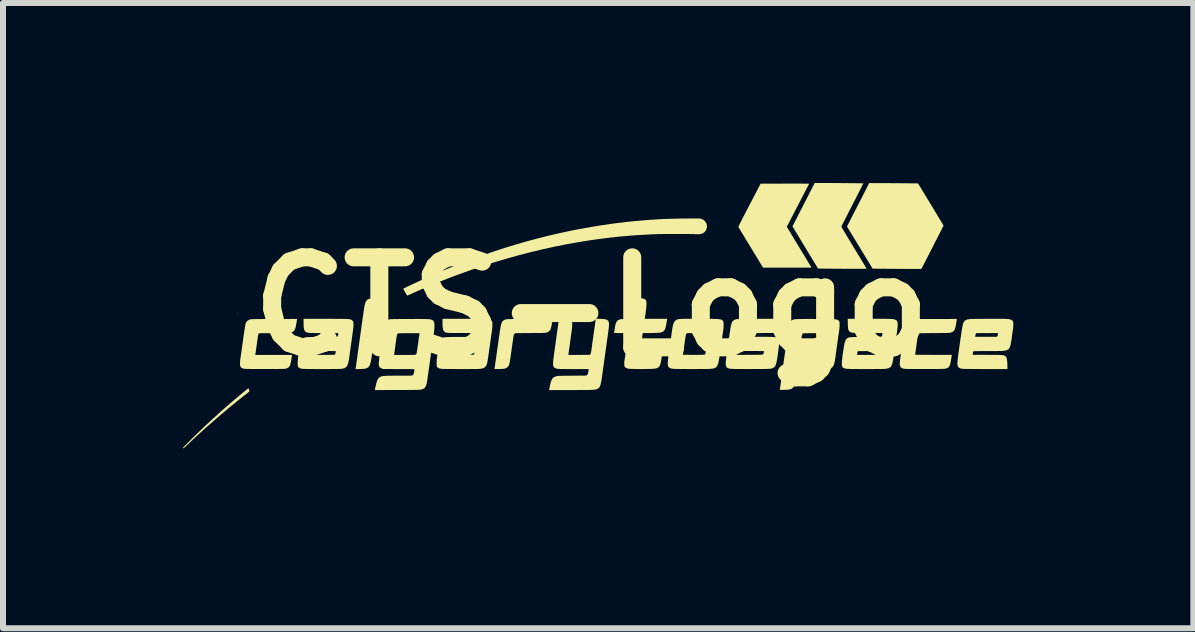
<source format=kicad_pcb>
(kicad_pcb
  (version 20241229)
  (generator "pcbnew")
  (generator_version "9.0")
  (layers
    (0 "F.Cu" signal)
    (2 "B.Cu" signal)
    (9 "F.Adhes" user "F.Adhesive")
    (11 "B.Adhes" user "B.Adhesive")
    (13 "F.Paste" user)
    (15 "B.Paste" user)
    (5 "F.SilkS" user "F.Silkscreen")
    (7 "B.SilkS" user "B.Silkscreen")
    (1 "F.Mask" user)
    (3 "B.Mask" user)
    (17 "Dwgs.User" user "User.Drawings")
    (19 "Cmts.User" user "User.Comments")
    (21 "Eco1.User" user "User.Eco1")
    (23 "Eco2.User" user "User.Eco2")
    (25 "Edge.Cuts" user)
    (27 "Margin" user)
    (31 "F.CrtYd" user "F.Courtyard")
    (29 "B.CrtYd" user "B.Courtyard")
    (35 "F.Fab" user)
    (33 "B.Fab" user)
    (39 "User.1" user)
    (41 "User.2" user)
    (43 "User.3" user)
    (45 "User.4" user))
  (footprint "CTS-Logo"
    (layer "F.Cu")
    (at 6.807 2.06)
    (property "Reference" "CTS-Logo" (at 0 0 0) (layer "F.SilkS") (effects (font (size 1.5 1.5) (thickness 0.3))))
    (attr board_only exclude_from_pos_files exclude_from_bom)
    (fp_poly (pts (xy -5.894 0.11) (xy -5.894 0.116) (xy -5.895 0.125) (xy -5.896 0.126) (xy -5.897 0.13) (xy -5.897 0.13) (xy -5.898 0.125) (xy -5.898 0.121) (xy -5.898 0.113) (xy -5.897 0.109) (xy -5.896 0.108)) (stroke (width 0) (type solid)) (fill yes) (layer "F.SilkS"))
    (fp_poly (pts (xy -5.715 1.361) (xy -5.714 1.364) (xy -5.711 1.372) (xy -5.709 1.381) (xy -5.706 1.391) (xy -5.703 1.4) (xy -5.701 1.408) (xy -5.701 1.411) (xy -5.701 1.411) (xy -5.702 1.414) (xy -5.708 1.419) (xy -5.716 1.425) (xy -5.726 1.434) (xy -5.738 1.444) (xy -5.744 1.448) (xy -5.832 1.517) (xy -5.923 1.59) (xy -6.015 1.665) (xy -6.109 1.743) (xy -6.202 1.822) (xy -6.295 1.903) (xy -6.387 1.983) (xy -6.478 2.064) (xy -6.566 2.144) (xy -6.651 2.223) (xy -6.732 2.3) (xy -6.746 2.313) (xy -6.762 2.329) (xy -6.775 2.34) (xy -6.785 2.349) (xy -6.792 2.355) (xy -6.798 2.359) (xy -6.802 2.36) (xy -6.805 2.359) (xy -6.806 2.356) (xy -6.807 2.355) (xy -6.807 2.353) (xy -6.806 2.351) (xy -6.804 2.348) (xy -6.8 2.343) (xy -6.795 2.337) (xy -6.788 2.33) (xy -6.778 2.32) (xy -6.767 2.308) (xy -6.752 2.294) (xy -6.735 2.276) (xy -6.715 2.256) (xy -6.692 2.233) (xy -6.689 2.23) (xy -6.562 2.106) (xy -6.435 1.984) (xy -6.306 1.865) (xy -6.175 1.746) (xy -6.04 1.628) (xy -5.902 1.51) (xy -5.894 1.504) (xy -5.861 1.476) (xy -5.832 1.451) (xy -5.806 1.43) (xy -5.783 1.411) (xy -5.764 1.396) (xy -5.748 1.383) (xy -5.736 1.373) (xy -5.726 1.366) (xy -5.72 1.362) (xy -5.716 1.36)) (stroke (width 0) (type solid)) (fill yes) (layer "F.SilkS"))
    (fp_poly (pts (xy 4.881 -2.058) (xy 4.92 -2.058) (xy 4.961 -2.058) (xy 5.003 -2.057) (xy 5.045 -2.057) (xy 5.087 -2.057) (xy 5.127 -2.057) (xy 5.166 -2.056) (xy 5.203 -2.056) (xy 5.236 -2.056) (xy 5.265 -2.056) (xy 5.288 -2.055) (xy 5.441 -2.054) (xy 5.479 -1.991) (xy 5.485 -1.982) (xy 5.494 -1.968) (xy 5.504 -1.95) (xy 5.517 -1.929) (xy 5.532 -1.906) (xy 5.548 -1.879) (xy 5.565 -1.85) (xy 5.584 -1.819) (xy 5.603 -1.787) (xy 5.624 -1.753) (xy 5.645 -1.718) (xy 5.667 -1.683) (xy 5.689 -1.647) (xy 5.692 -1.641) (xy 5.713 -1.607) (xy 5.733 -1.573) (xy 5.753 -1.541) (xy 5.771 -1.51) (xy 5.788 -1.482) (xy 5.804 -1.455) (xy 5.819 -1.431) (xy 5.832 -1.41) (xy 5.843 -1.392) (xy 5.852 -1.376) (xy 5.859 -1.364) (xy 5.864 -1.356) (xy 5.866 -1.352) (xy 5.866 -1.351) (xy 5.865 -1.349) (xy 5.862 -1.342) (xy 5.857 -1.331) (xy 5.849 -1.317) (xy 5.84 -1.299) (xy 5.83 -1.278) (xy 5.817 -1.254) (xy 5.804 -1.227) (xy 5.789 -1.197) (xy 5.772 -1.165) (xy 5.755 -1.131) (xy 5.737 -1.096) (xy 5.717 -1.058) (xy 5.698 -1.019) (xy 5.682 -0.988) (xy 5.497 -0.628) (xy 5.399 -0.628) (xy 5.38 -0.628) (xy 5.357 -0.628) (xy 5.33 -0.628) (xy 5.301 -0.629) (xy 5.268 -0.629) (xy 5.235 -0.629) (xy 5.2 -0.629) (xy 5.164 -0.63) (xy 5.13 -0.63) (xy 5.103 -0.63) (xy 5.068 -0.63) (xy 5.033 -0.631) (xy 4.996 -0.631) (xy 4.96 -0.631) (xy 4.925 -0.631) (xy 4.892 -0.632) (xy 4.861 -0.632) (xy 4.833 -0.632) (xy 4.808 -0.632) (xy 4.794 -0.632) (xy 4.684 -0.633) (xy 4.527 -0.892) (xy 4.505 -0.927) (xy 4.484 -0.962) (xy 4.463 -0.998) (xy 4.442 -1.032) (xy 4.421 -1.066) (xy 4.402 -1.098) (xy 4.383 -1.128) (xy 4.366 -1.157) (xy 4.351 -1.182) (xy 4.337 -1.205) (xy 4.325 -1.224) (xy 4.316 -1.24) (xy 4.313 -1.244) (xy 4.257 -1.336) (xy 4.299 -1.418) (xy 4.305 -1.43) (xy 4.314 -1.447) (xy 4.324 -1.468) (xy 4.337 -1.492) (xy 4.35 -1.519) (xy 4.365 -1.548) (xy 4.382 -1.579) (xy 4.399 -1.613) (xy 4.416 -1.648) (xy 4.435 -1.683) (xy 4.453 -1.72) (xy 4.472 -1.757) (xy 4.484 -1.779) (xy 4.627 -2.059)) (stroke (width 0) (type solid)) (fill yes) (layer "F.SilkS"))
    (fp_poly (pts (xy -3.531 -0.143) (xy -3.528 -0.142) (xy -3.528 -0.142) (xy -3.528 -0.139) (xy -3.529 -0.132) (xy -3.531 -0.121) (xy -3.533 -0.105) (xy -3.536 -0.086) (xy -3.539 -0.064) (xy -3.542 -0.039) (xy -3.546 -0.011) (xy -3.55 0.019) (xy -3.555 0.051) (xy -3.56 0.084) (xy -3.562 0.099) (xy -3.567 0.139) (xy -3.573 0.183) (xy -3.58 0.23) (xy -3.587 0.28) (xy -3.594 0.33) (xy -3.601 0.382) (xy -3.608 0.433) (xy -3.615 0.482) (xy -3.622 0.529) (xy -3.628 0.574) (xy -3.631 0.595) (xy -3.637 0.64) (xy -3.642 0.68) (xy -3.647 0.716) (xy -3.652 0.748) (xy -3.656 0.776) (xy -3.659 0.8) (xy -3.662 0.822) (xy -3.665 0.841) (xy -3.667 0.857) (xy -3.669 0.87) (xy -3.671 0.882) (xy -3.673 0.893) (xy -3.675 0.901) (xy -3.676 0.909) (xy -3.678 0.916) (xy -3.679 0.923) (xy -3.681 0.93) (xy -3.681 0.932) (xy -3.688 0.955) (xy -3.695 0.975) (xy -3.703 0.99) (xy -3.712 1.003) (xy -3.723 1.012) (xy -3.736 1.02) (xy -3.747 1.025) (xy -3.757 1.029) (xy -3.767 1.032) (xy -3.777 1.034) (xy -3.788 1.036) (xy -3.801 1.037) (xy -3.816 1.038) (xy -3.835 1.039) (xy -3.858 1.039) (xy -3.863 1.039) (xy -3.932 1.041) (xy -3.931 1.035) (xy -3.931 1.03) (xy -3.929 1.02) (xy -3.927 1.006) (xy -3.924 0.988) (xy -3.921 0.967) (xy -3.918 0.942) (xy -3.914 0.914) (xy -3.91 0.883) (xy -3.905 0.85) (xy -3.9 0.815) (xy -3.895 0.778) (xy -3.89 0.74) (xy -3.884 0.701) (xy -3.879 0.661) (xy -3.873 0.621) (xy -3.868 0.581) (xy -3.862 0.541) (xy -3.857 0.501) (xy -3.851 0.463) (xy -3.846 0.426) (xy -3.841 0.39) (xy -3.839 0.375) (xy -3.832 0.321) (xy -3.825 0.271) (xy -3.818 0.226) (xy -3.813 0.185) (xy -3.807 0.148) (xy -3.803 0.114) (xy -3.798 0.085) (xy -3.794 0.058) (xy -3.791 0.035) (xy -3.787 0.014) (xy -3.784 -0.003) (xy -3.781 -0.019) (xy -3.778 -0.033) (xy -3.775 -0.044) (xy -3.773 -0.054) (xy -3.77 -0.063) (xy -3.768 -0.07) (xy -3.765 -0.077) (xy -3.762 -0.082) (xy -3.759 -0.088) (xy -3.756 -0.093) (xy -3.747 -0.104) (xy -3.735 -0.115) (xy -3.721 -0.124) (xy -3.713 -0.128) (xy -3.705 -0.13) (xy -3.693 -0.133) (xy -3.68 -0.135) (xy -3.674 -0.136) (xy -3.666 -0.137) (xy -3.655 -0.138) (xy -3.641 -0.139) (xy -3.626 -0.14) (xy -3.609 -0.141) (xy -3.593 -0.141) (xy -3.576 -0.142) (xy -3.561 -0.142) (xy -3.548 -0.143) (xy -3.538 -0.143)) (stroke (width 0) (type solid)) (fill yes) (layer "F.SilkS"))
    (fp_poly (pts (xy 3.863 -2.06) (xy 3.888 -2.06) (xy 3.915 -2.06) (xy 3.945 -2.06) (xy 3.977 -2.06) (xy 4.011 -2.06) (xy 4.046 -2.059) (xy 4.082 -2.059) (xy 4.119 -2.059) (xy 4.156 -2.059) (xy 4.194 -2.058) (xy 4.231 -2.058) (xy 4.267 -2.058) (xy 4.302 -2.057) (xy 4.336 -2.057) (xy 4.369 -2.057) (xy 4.399 -2.057) (xy 4.427 -2.056) (xy 4.452 -2.056) (xy 4.475 -2.056) (xy 4.494 -2.055) (xy 4.509 -2.055) (xy 4.52 -2.055) (xy 4.527 -2.055) (xy 4.53 -2.054) (xy 4.529 -2.052) (xy 4.525 -2.046) (xy 4.52 -2.035) (xy 4.513 -2.021) (xy 4.504 -2.003) (xy 4.493 -1.982) (xy 4.481 -1.958) (xy 4.468 -1.931) (xy 4.453 -1.902) (xy 4.437 -1.87) (xy 4.419 -1.836) (xy 4.401 -1.8) (xy 4.382 -1.763) (xy 4.362 -1.724) (xy 4.347 -1.695) (xy 4.327 -1.655) (xy 4.307 -1.617) (xy 4.288 -1.58) (xy 4.27 -1.544) (xy 4.253 -1.511) (xy 4.237 -1.48) (xy 4.222 -1.451) (xy 4.209 -1.424) (xy 4.197 -1.401) (xy 4.186 -1.381) (xy 4.178 -1.364) (xy 4.171 -1.35) (xy 4.166 -1.341) (xy 4.163 -1.335) (xy 4.162 -1.334) (xy 4.164 -1.331) (xy 4.167 -1.325) (xy 4.173 -1.315) (xy 4.181 -1.301) (xy 4.192 -1.283) (xy 4.204 -1.263) (xy 4.218 -1.24) (xy 4.233 -1.214) (xy 4.25 -1.185) (xy 4.269 -1.155) (xy 4.289 -1.122) (xy 4.309 -1.088) (xy 4.331 -1.052) (xy 4.354 -1.014) (xy 4.373 -0.983) (xy 4.396 -0.944) (xy 4.419 -0.907) (xy 4.44 -0.871) (xy 4.461 -0.837) (xy 4.481 -0.805) (xy 4.499 -0.775) (xy 4.516 -0.747) (xy 4.531 -0.721) (xy 4.545 -0.699) (xy 4.557 -0.679) (xy 4.567 -0.662) (xy 4.575 -0.649) (xy 4.581 -0.639) (xy 4.584 -0.634) (xy 4.585 -0.632) (xy 4.583 -0.632) (xy 4.576 -0.631) (xy 4.564 -0.631) (xy 4.548 -0.631) (xy 4.527 -0.631) (xy 4.503 -0.631) (xy 4.474 -0.631) (xy 4.442 -0.631) (xy 4.407 -0.631) (xy 4.368 -0.631) (xy 4.326 -0.631) (xy 4.281 -0.631) (xy 4.234 -0.631) (xy 4.184 -0.631) (xy 4.131 -0.632) (xy 4.077 -0.632) (xy 4.02 -0.632) (xy 3.992 -0.633) (xy 3.96 -0.633) (xy 3.929 -0.633) (xy 3.9 -0.633) (xy 3.873 -0.634) (xy 3.848 -0.634) (xy 3.826 -0.634) (xy 3.808 -0.634) (xy 3.793 -0.635) (xy 3.783 -0.635) (xy 3.776 -0.635) (xy 3.775 -0.635) (xy 3.773 -0.637) (xy 3.769 -0.644) (xy 3.763 -0.654) (xy 3.755 -0.668) (xy 3.745 -0.685) (xy 3.732 -0.705) (xy 3.718 -0.728) (xy 3.702 -0.754) (xy 3.685 -0.782) (xy 3.667 -0.813) (xy 3.647 -0.845) (xy 3.626 -0.88) (xy 3.604 -0.916) (xy 3.582 -0.953) (xy 3.561 -0.987) (xy 3.349 -1.338) (xy 3.374 -1.387) (xy 3.378 -1.395) (xy 3.384 -1.408) (xy 3.393 -1.424) (xy 3.403 -1.443) (xy 3.415 -1.466) (xy 3.428 -1.492) (xy 3.442 -1.521) (xy 3.458 -1.551) (xy 3.475 -1.584) (xy 3.493 -1.619) (xy 3.511 -1.654) (xy 3.53 -1.691) (xy 3.549 -1.729) (xy 3.559 -1.748) (xy 3.719 -2.06)) (stroke (width 0) (type solid)) (fill yes) (layer "F.SilkS"))
    (fp_poly (pts (xy 3.392 -2.05) (xy 3.429 -2.05) (xy 3.464 -2.05) (xy 3.497 -2.05) (xy 3.526 -2.049) (xy 3.552 -2.049) (xy 3.575 -2.049) (xy 3.594 -2.049) (xy 3.609 -2.049) (xy 3.619 -2.049) (xy 3.626 -2.048) (xy 3.627 -2.048) (xy 3.626 -2.046) (xy 3.622 -2.039) (xy 3.617 -2.028) (xy 3.609 -2.014) (xy 3.6 -1.997) (xy 3.589 -1.976) (xy 3.577 -1.953) (xy 3.564 -1.927) (xy 3.55 -1.9) (xy 3.534 -1.87) (xy 3.518 -1.839) (xy 3.501 -1.807) (xy 3.484 -1.773) (xy 3.466 -1.739) (xy 3.448 -1.705) (xy 3.431 -1.671) (xy 3.413 -1.637) (xy 3.395 -1.603) (xy 3.378 -1.57) (xy 3.362 -1.538) (xy 3.346 -1.508) (xy 3.331 -1.479) (xy 3.317 -1.452) (xy 3.304 -1.427) (xy 3.293 -1.405) (xy 3.283 -1.386) (xy 3.274 -1.37) (xy 3.268 -1.357) (xy 3.263 -1.348) (xy 3.26 -1.343) (xy 3.26 -1.342) (xy 3.254 -1.33) (xy 3.267 -1.31) (xy 3.282 -1.284) (xy 3.299 -1.257) (xy 3.317 -1.228) (xy 3.335 -1.197) (xy 3.355 -1.165) (xy 3.375 -1.132) (xy 3.395 -1.098) (xy 3.416 -1.064) (xy 3.437 -1.029) (xy 3.458 -0.995) (xy 3.479 -0.96) (xy 3.5 -0.926) (xy 3.52 -0.893) (xy 3.539 -0.861) (xy 3.558 -0.83) (xy 3.575 -0.801) (xy 3.592 -0.773) (xy 3.607 -0.748) (xy 3.621 -0.725) (xy 3.633 -0.705) (xy 3.644 -0.687) (xy 3.653 -0.673) (xy 3.659 -0.662) (xy 3.663 -0.655) (xy 3.665 -0.652) (xy 3.665 -0.651) (xy 3.663 -0.651) (xy 3.656 -0.651) (xy 3.644 -0.651) (xy 3.628 -0.651) (xy 3.608 -0.651) (xy 3.585 -0.651) (xy 3.558 -0.651) (xy 3.528 -0.65) (xy 3.495 -0.65) (xy 3.459 -0.65) (xy 3.421 -0.65) (xy 3.381 -0.65) (xy 3.339 -0.65) (xy 3.296 -0.65) (xy 3.262 -0.65) (xy 2.858 -0.65) (xy 2.84 -0.681) (xy 2.836 -0.686) (xy 2.83 -0.696) (xy 2.822 -0.71) (xy 2.812 -0.727) (xy 2.8 -0.747) (xy 2.786 -0.77) (xy 2.77 -0.796) (xy 2.753 -0.824) (xy 2.735 -0.854) (xy 2.715 -0.886) (xy 2.695 -0.919) (xy 2.674 -0.954) (xy 2.652 -0.99) (xy 2.636 -1.016) (xy 2.614 -1.052) (xy 2.593 -1.087) (xy 2.573 -1.12) (xy 2.554 -1.152) (xy 2.536 -1.182) (xy 2.519 -1.21) (xy 2.503 -1.235) (xy 2.49 -1.258) (xy 2.477 -1.278) (xy 2.467 -1.295) (xy 2.459 -1.309) (xy 2.453 -1.319) (xy 2.449 -1.325) (xy 2.448 -1.327) (xy 2.448 -1.328) (xy 2.448 -1.33) (xy 2.449 -1.333) (xy 2.45 -1.337) (xy 2.452 -1.343) (xy 2.456 -1.35) (xy 2.46 -1.359) (xy 2.466 -1.37) (xy 2.472 -1.384) (xy 2.481 -1.401) (xy 2.491 -1.42) (xy 2.503 -1.443) (xy 2.516 -1.47) (xy 2.532 -1.5) (xy 2.55 -1.534) (xy 2.561 -1.556) (xy 2.579 -1.591) (xy 2.598 -1.627) (xy 2.617 -1.664) (xy 2.637 -1.701) (xy 2.656 -1.738) (xy 2.674 -1.774) (xy 2.692 -1.808) (xy 2.709 -1.84) (xy 2.724 -1.869) (xy 2.738 -1.895) (xy 2.747 -1.914) (xy 2.818 -2.049) (xy 3.223 -2.05) (xy 3.267 -2.05) (xy 3.311 -2.05) (xy 3.352 -2.05)) (stroke (width 0) (type solid)) (fill yes) (layer "F.SilkS"))
    (fp_poly (pts (xy -0.649 0.212) (xy -0.65 0.216) (xy -0.651 0.225) (xy -0.653 0.237) (xy -0.655 0.251) (xy -0.657 0.266) (xy -0.658 0.269) (xy -0.663 0.301) (xy -0.669 0.328) (xy -0.674 0.351) (xy -0.681 0.37) (xy -0.688 0.387) (xy -0.697 0.4) (xy -0.707 0.41) (xy -0.718 0.419) (xy -0.732 0.426) (xy -0.747 0.431) (xy -0.755 0.433) (xy -0.758 0.434) (xy -0.762 0.435) (xy -0.766 0.435) (xy -0.771 0.436) (xy -0.777 0.437) (xy -0.784 0.437) (xy -0.793 0.437) (xy -0.804 0.438) (xy -0.818 0.438) (xy -0.834 0.438) (xy -0.854 0.439) (xy -0.877 0.439) (xy -0.903 0.439) (xy -0.933 0.439) (xy -0.968 0.439) (xy -1.007 0.44) (xy -1.02 0.44) (xy -1.061 0.44) (xy -1.096 0.44) (xy -1.128 0.44) (xy -1.155 0.441) (xy -1.179 0.441) (xy -1.199 0.441) (xy -1.216 0.441) (xy -1.23 0.442) (xy -1.241 0.442) (xy -1.25 0.442) (xy -1.258 0.443) (xy -1.263 0.443) (xy -1.267 0.444) (xy -1.27 0.444) (xy -1.273 0.445) (xy -1.274 0.446) (xy -1.276 0.447) (xy -1.276 0.447) (xy -1.284 0.452) (xy -1.289 0.458) (xy -1.294 0.467) (xy -1.297 0.48) (xy -1.299 0.485) (xy -1.3 0.491) (xy -1.301 0.501) (xy -1.303 0.515) (xy -1.306 0.533) (xy -1.309 0.553) (xy -1.312 0.577) (xy -1.316 0.603) (xy -1.32 0.631) (xy -1.324 0.66) (xy -1.328 0.686) (xy -1.333 0.728) (xy -1.339 0.766) (xy -1.343 0.799) (xy -1.347 0.828) (xy -1.351 0.853) (xy -1.355 0.876) (xy -1.358 0.895) (xy -1.36 0.911) (xy -1.363 0.925) (xy -1.366 0.937) (xy -1.368 0.947) (xy -1.37 0.955) (xy -1.373 0.963) (xy -1.375 0.97) (xy -1.378 0.976) (xy -1.38 0.982) (xy -1.391 0.999) (xy -1.406 1.013) (xy -1.424 1.024) (xy -1.445 1.032) (xy -1.46 1.035) (xy -1.468 1.036) (xy -1.479 1.037) (xy -1.494 1.038) (xy -1.512 1.038) (xy -1.53 1.039) (xy -1.548 1.039) (xy -1.569 1.04) (xy -1.584 1.04) (xy -1.596 1.04) (xy -1.605 1.04) (xy -1.611 1.04) (xy -1.614 1.039) (xy -1.616 1.038) (xy -1.616 1.037) (xy -1.616 1.036) (xy -1.616 1.033) (xy -1.615 1.025) (xy -1.613 1.013) (xy -1.611 0.997) (xy -1.608 0.978) (xy -1.605 0.954) (xy -1.601 0.928) (xy -1.597 0.899) (xy -1.592 0.867) (xy -1.587 0.833) (xy -1.582 0.798) (xy -1.577 0.76) (xy -1.573 0.728) (xy -1.565 0.673) (xy -1.558 0.623) (xy -1.551 0.577) (xy -1.546 0.536) (xy -1.54 0.499) (xy -1.535 0.465) (xy -1.531 0.435) (xy -1.527 0.409) (xy -1.523 0.385) (xy -1.52 0.365) (xy -1.517 0.347) (xy -1.514 0.331) (xy -1.511 0.317) (xy -1.509 0.306) (xy -1.507 0.296) (xy -1.504 0.288) (xy -1.502 0.28) (xy -1.5 0.274) (xy -1.498 0.269) (xy -1.496 0.264) (xy -1.493 0.259) (xy -1.491 0.256) (xy -1.483 0.245) (xy -1.473 0.235) (xy -1.461 0.226) (xy -1.452 0.22) (xy -1.447 0.218) (xy -1.442 0.217) (xy -1.437 0.215) (xy -1.432 0.213) (xy -1.425 0.212) (xy -1.418 0.211) (xy -1.41 0.21) (xy -1.399 0.209) (xy -1.388 0.208) (xy -1.374 0.208) (xy -1.358 0.207) (xy -1.339 0.207) (xy -1.318 0.206) (xy -1.294 0.206) (xy -1.266 0.206) (xy -1.236 0.205) (xy -1.201 0.205) (xy -1.162 0.205) (xy -1.12 0.205) (xy -1.073 0.205) (xy -1.021 0.205) (xy -1.003 0.205) (xy -0.648 0.205)) (stroke (width 0) (type solid)) (fill yes) (layer "F.SilkS"))
    (fp_poly (pts (xy 1.714 -1.469) (xy 1.736 -1.469) (xy 1.755 -1.469) (xy 1.771 -1.468) (xy 1.785 -1.468) (xy 1.795 -1.468) (xy 1.804 -1.468) (xy 1.81 -1.467) (xy 1.816 -1.467) (xy 1.82 -1.466) (xy 1.823 -1.465) (xy 1.826 -1.464) (xy 1.826 -1.464) (xy 1.851 -1.454) (xy 1.873 -1.441) (xy 1.891 -1.424) (xy 1.905 -1.404) (xy 1.916 -1.382) (xy 1.922 -1.358) (xy 1.924 -1.336) (xy 1.921 -1.311) (xy 1.914 -1.288) (xy 1.903 -1.266) (xy 1.888 -1.248) (xy 1.87 -1.232) (xy 1.848 -1.22) (xy 1.846 -1.219) (xy 1.836 -1.215) (xy 1.828 -1.212) (xy 1.82 -1.21) (xy 1.812 -1.208) (xy 1.802 -1.207) (xy 1.791 -1.206) (xy 1.778 -1.206) (xy 1.762 -1.207) (xy 1.741 -1.207) (xy 1.725 -1.208) (xy 1.708 -1.209) (xy 1.687 -1.209) (xy 1.661 -1.21) (xy 1.632 -1.21) (xy 1.6 -1.211) (xy 1.565 -1.211) (xy 1.529 -1.211) (xy 1.491 -1.211) (xy 1.451 -1.211) (xy 1.411 -1.211) (xy 1.371 -1.211) (xy 1.332 -1.211) (xy 1.293 -1.211) (xy 1.255 -1.211) (xy 1.22 -1.211) (xy 1.186 -1.21) (xy 1.155 -1.21) (xy 1.128 -1.21) (xy 1.104 -1.209) (xy 1.085 -1.209) (xy 1.075 -1.208) (xy 0.982 -1.204) (xy 0.893 -1.199) (xy 0.808 -1.194) (xy 0.725 -1.189) (xy 0.646 -1.183) (xy 0.568 -1.176) (xy 0.492 -1.17) (xy 0.417 -1.162) (xy 0.342 -1.154) (xy 0.266 -1.145) (xy 0.189 -1.135) (xy 0.11 -1.125) (xy 0.029 -1.114) (xy -0.03 -1.105) (xy -0.224 -1.074) (xy -0.419 -1.039) (xy -0.616 -1) (xy -0.814 -0.956) (xy -1.013 -0.908) (xy -1.212 -0.857) (xy -1.411 -0.801) (xy -1.61 -0.742) (xy -1.809 -0.679) (xy -2.006 -0.612) (xy -2.201 -0.542) (xy -2.395 -0.469) (xy -2.485 -0.433) (xy -2.534 -0.414) (xy -2.583 -0.393) (xy -2.633 -0.373) (xy -2.684 -0.352) (xy -2.734 -0.331) (xy -2.783 -0.31) (xy -2.831 -0.29) (xy -2.877 -0.27) (xy -2.92 -0.251) (xy -2.961 -0.233) (xy -2.998 -0.216) (xy -3.031 -0.201) (xy -3.043 -0.196) (xy -3.07 -0.183) (xy -3.085 -0.206) (xy -3.106 -0.24) (xy -3.124 -0.273) (xy -3.129 -0.281) (xy -3.137 -0.299) (xy -3.113 -0.311) (xy -3.09 -0.323) (xy -3.062 -0.336) (xy -3.032 -0.351) (xy -2.998 -0.367) (xy -2.962 -0.383) (xy -2.924 -0.401) (xy -2.886 -0.419) (xy -2.847 -0.437) (xy -2.807 -0.455) (xy -2.769 -0.472) (xy -2.732 -0.489) (xy -2.696 -0.505) (xy -2.663 -0.519) (xy -2.633 -0.532) (xy -2.614 -0.541) (xy -2.549 -0.569) (xy -2.487 -0.595) (xy -2.429 -0.619) (xy -2.375 -0.642) (xy -2.322 -0.663) (xy -2.273 -0.683) (xy -2.225 -0.703) (xy -2.178 -0.721) (xy -2.132 -0.739) (xy -2.086 -0.756) (xy -2.046 -0.771) (xy -1.843 -0.845) (xy -1.641 -0.915) (xy -1.44 -0.981) (xy -1.238 -1.042) (xy -1.129 -1.074) (xy -1.104 -1.081) (xy -1.081 -1.088) (xy -1.059 -1.093) (xy -1.039 -1.099) (xy -1.02 -1.104) (xy -1 -1.11) (xy -0.979 -1.115) (xy -0.956 -1.121) (xy -0.931 -1.128) (xy -0.903 -1.135) (xy -0.872 -1.143) (xy -0.845 -1.15) (xy -0.701 -1.186) (xy -0.554 -1.22) (xy -0.405 -1.252) (xy -0.255 -1.283) (xy -0.103 -1.311) (xy 0.048 -1.337) (xy 0.199 -1.361) (xy 0.349 -1.383) (xy 0.497 -1.401) (xy 0.642 -1.418) (xy 0.783 -1.431) (xy 0.785 -1.431) (xy 0.87 -1.438) (xy 0.951 -1.445) (xy 1.029 -1.45) (xy 1.104 -1.455) (xy 1.177 -1.459) (xy 1.25 -1.462) (xy 1.322 -1.464) (xy 1.396 -1.466) (xy 1.471 -1.468) (xy 1.548 -1.468) (xy 1.62 -1.469) (xy 1.656 -1.469) (xy 1.687 -1.469)) (stroke (width 0) (type solid)) (fill yes) (layer "F.SilkS"))
    (fp_poly (pts (xy -4.909 0.219) (xy -4.911 0.232) (xy -4.913 0.249) (xy -4.916 0.267) (xy -4.92 0.286) (xy -4.923 0.304) (xy -4.926 0.321) (xy -4.929 0.336) (xy -4.932 0.346) (xy -4.939 0.37) (xy -4.948 0.389) (xy -4.959 0.405) (xy -4.973 0.417) (xy -4.991 0.426) (xy -5.011 0.433) (xy -5.017 0.434) (xy -5.027 0.436) (xy -5.042 0.437) (xy -5.062 0.438) (xy -5.086 0.439) (xy -5.116 0.44) (xy -5.15 0.441) (xy -5.189 0.442) (xy -5.233 0.442) (xy -5.282 0.442) (xy -5.335 0.442) (xy -5.353 0.442) (xy -5.391 0.442) (xy -5.423 0.442) (xy -5.452 0.442) (xy -5.475 0.443) (xy -5.495 0.443) (xy -5.51 0.443) (xy -5.522 0.444) (xy -5.53 0.444) (xy -5.535 0.445) (xy -5.535 0.445) (xy -5.543 0.448) (xy -5.548 0.453) (xy -5.55 0.457) (xy -5.551 0.459) (xy -5.552 0.461) (xy -5.553 0.464) (xy -5.554 0.467) (xy -5.555 0.472) (xy -5.556 0.478) (xy -5.558 0.486) (xy -5.559 0.495) (xy -5.561 0.508) (xy -5.563 0.523) (xy -5.566 0.542) (xy -5.569 0.564) (xy -5.573 0.59) (xy -5.577 0.621) (xy -5.58 0.645) (xy -5.584 0.672) (xy -5.588 0.697) (xy -5.591 0.72) (xy -5.594 0.741) (xy -5.596 0.76) (xy -5.599 0.775) (xy -5.6 0.787) (xy -5.601 0.794) (xy -5.602 0.797) (xy -5.603 0.805) (xy -5.297 0.805) (xy -4.991 0.805) (xy -4.998 0.853) (xy -5.003 0.885) (xy -5.008 0.913) (xy -5.013 0.937) (xy -5.018 0.957) (xy -5.023 0.973) (xy -5.029 0.987) (xy -5.036 0.998) (xy -5.043 1.007) (xy -5.051 1.014) (xy -5.061 1.02) (xy -5.068 1.024) (xy -5.073 1.026) (xy -5.078 1.028) (xy -5.082 1.029) (xy -5.086 1.031) (xy -5.091 1.032) (xy -5.097 1.034) (xy -5.103 1.035) (xy -5.111 1.035) (xy -5.12 1.036) (xy -5.131 1.037) (xy -5.144 1.037) (xy -5.16 1.038) (xy -5.178 1.038) (xy -5.199 1.038) (xy -5.223 1.039) (xy -5.251 1.039) (xy -5.282 1.039) (xy -5.318 1.039) (xy -5.358 1.039) (xy -5.402 1.039) (xy -5.424 1.039) (xy -5.464 1.039) (xy -5.502 1.039) (xy -5.539 1.039) (xy -5.575 1.039) (xy -5.608 1.039) (xy -5.639 1.039) (xy -5.668 1.039) (xy -5.693 1.038) (xy -5.716 1.038) (xy -5.734 1.038) (xy -5.748 1.038) (xy -5.758 1.038) (xy -5.762 1.037) (xy -5.787 1.035) (xy -5.806 1.031) (xy -5.822 1.025) (xy -5.835 1.018) (xy -5.844 1.008) (xy -5.85 0.998) (xy -5.853 0.992) (xy -5.854 0.988) (xy -5.856 0.982) (xy -5.856 0.976) (xy -5.857 0.967) (xy -5.857 0.954) (xy -5.857 0.941) (xy -5.856 0.926) (xy -5.856 0.912) (xy -5.855 0.898) (xy -5.853 0.883) (xy -5.851 0.866) (xy -5.848 0.846) (xy -5.847 0.839) (xy -5.844 0.818) (xy -5.84 0.793) (xy -5.836 0.767) (xy -5.833 0.742) (xy -5.83 0.72) (xy -5.829 0.716) (xy -5.822 0.662) (xy -5.815 0.613) (xy -5.808 0.568) (xy -5.803 0.527) (xy -5.798 0.491) (xy -5.793 0.458) (xy -5.789 0.428) (xy -5.785 0.403) (xy -5.781 0.38) (xy -5.778 0.36) (xy -5.776 0.342) (xy -5.773 0.327) (xy -5.771 0.315) (xy -5.769 0.304) (xy -5.767 0.295) (xy -5.765 0.287) (xy -5.763 0.28) (xy -5.761 0.275) (xy -5.759 0.27) (xy -5.757 0.266) (xy -5.755 0.262) (xy -5.753 0.259) (xy -5.752 0.256) (xy -5.742 0.243) (xy -5.728 0.231) (xy -5.712 0.221) (xy -5.711 0.221) (xy -5.707 0.219) (xy -5.703 0.217) (xy -5.699 0.216) (xy -5.695 0.214) (xy -5.69 0.213) (xy -5.685 0.212) (xy -5.678 0.211) (xy -5.67 0.21) (xy -5.661 0.21) (xy -5.65 0.209) (xy -5.637 0.208) (xy -5.621 0.208) (xy -5.604 0.208) (xy -5.583 0.207) (xy -5.56 0.207) (xy -5.533 0.207) (xy -5.503 0.207) (xy -5.469 0.206) (xy -5.431 0.206) (xy -5.389 0.206) (xy -5.342 0.206) (xy -5.291 0.206) (xy -5.28 0.206) (xy -4.907 0.205)) (stroke (width 0) (type solid)) (fill yes) (layer "F.SilkS"))
    (fp_poly (pts (xy 6.087 0.214) (xy 6.082 0.248) (xy 6.077 0.276) (xy 6.073 0.301) (xy 6.069 0.322) (xy 6.065 0.339) (xy 6.061 0.354) (xy 6.057 0.366) (xy 6.054 0.377) (xy 6.05 0.384) (xy 6.043 0.397) (xy 6.034 0.408) (xy 6.022 0.417) (xy 6.008 0.424) (xy 5.99 0.431) (xy 5.981 0.433) (xy 5.978 0.434) (xy 5.975 0.435) (xy 5.971 0.436) (xy 5.967 0.436) (xy 5.962 0.437) (xy 5.955 0.437) (xy 5.948 0.438) (xy 5.938 0.438) (xy 5.926 0.438) (xy 5.911 0.439) (xy 5.894 0.439) (xy 5.874 0.439) (xy 5.85 0.439) (xy 5.822 0.439) (xy 5.79 0.44) (xy 5.754 0.44) (xy 5.716 0.44) (xy 5.681 0.44) (xy 5.647 0.441) (xy 5.615 0.441) (xy 5.586 0.441) (xy 5.558 0.442) (xy 5.533 0.442) (xy 5.512 0.442) (xy 5.494 0.443) (xy 5.479 0.443) (xy 5.469 0.443) (xy 5.463 0.444) (xy 5.462 0.444) (xy 5.455 0.446) (xy 5.45 0.45) (xy 5.446 0.456) (xy 5.442 0.464) (xy 5.44 0.476) (xy 5.437 0.49) (xy 5.436 0.496) (xy 5.435 0.506) (xy 5.433 0.52) (xy 5.43 0.536) (xy 5.427 0.555) (xy 5.424 0.577) (xy 5.421 0.599) (xy 5.418 0.623) (xy 5.414 0.647) (xy 5.411 0.671) (xy 5.408 0.695) (xy 5.404 0.717) (xy 5.402 0.738) (xy 5.399 0.757) (xy 5.397 0.773) (xy 5.395 0.786) (xy 5.394 0.795) (xy 5.393 0.8) (xy 5.393 0.801) (xy 5.395 0.801) (xy 5.403 0.801) (xy 5.414 0.801) (xy 5.43 0.802) (xy 5.449 0.802) (xy 5.472 0.802) (xy 5.498 0.802) (xy 5.527 0.802) (xy 5.559 0.802) (xy 5.593 0.802) (xy 5.628 0.803) (xy 5.666 0.803) (xy 5.698 0.803) (xy 6.004 0.803) (xy 6.002 0.817) (xy 6 0.83) (xy 5.998 0.846) (xy 5.995 0.864) (xy 5.992 0.882) (xy 5.989 0.901) (xy 5.986 0.917) (xy 5.984 0.932) (xy 5.981 0.943) (xy 5.981 0.946) (xy 5.973 0.97) (xy 5.964 0.99) (xy 5.952 1.006) (xy 5.939 1.018) (xy 5.923 1.025) (xy 5.918 1.027) (xy 5.914 1.029) (xy 5.909 1.03) (xy 5.905 1.032) (xy 5.9 1.033) (xy 5.894 1.034) (xy 5.888 1.035) (xy 5.88 1.036) (xy 5.871 1.036) (xy 5.86 1.037) (xy 5.847 1.037) (xy 5.832 1.038) (xy 5.814 1.038) (xy 5.793 1.038) (xy 5.769 1.039) (xy 5.741 1.039) (xy 5.71 1.039) (xy 5.675 1.039) (xy 5.635 1.039) (xy 5.591 1.039) (xy 5.567 1.039) (xy 5.527 1.039) (xy 5.489 1.039) (xy 5.452 1.039) (xy 5.416 1.039) (xy 5.383 1.039) (xy 5.352 1.039) (xy 5.323 1.039) (xy 5.298 1.039) (xy 5.276 1.038) (xy 5.258 1.038) (xy 5.243 1.038) (xy 5.234 1.038) (xy 5.229 1.037) (xy 5.207 1.035) (xy 5.189 1.031) (xy 5.174 1.024) (xy 5.162 1.017) (xy 5.152 1.007) (xy 5.145 0.996) (xy 5.14 0.982) (xy 5.138 0.969) (xy 5.137 0.965) (xy 5.137 0.96) (xy 5.137 0.956) (xy 5.137 0.951) (xy 5.137 0.945) (xy 5.137 0.938) (xy 5.138 0.93) (xy 5.138 0.92) (xy 5.14 0.908) (xy 5.141 0.895) (xy 5.143 0.879) (xy 5.145 0.861) (xy 5.148 0.84) (xy 5.151 0.816) (xy 5.155 0.789) (xy 5.159 0.759) (xy 5.164 0.724) (xy 5.169 0.686) (xy 5.175 0.644) (xy 5.182 0.597) (xy 5.189 0.546) (xy 5.191 0.538) (xy 5.196 0.497) (xy 5.201 0.461) (xy 5.206 0.43) (xy 5.21 0.402) (xy 5.214 0.378) (xy 5.217 0.358) (xy 5.22 0.34) (xy 5.222 0.325) (xy 5.225 0.313) (xy 5.227 0.302) (xy 5.229 0.294) (xy 5.231 0.286) (xy 5.233 0.28) (xy 5.235 0.274) (xy 5.237 0.269) (xy 5.24 0.264) (xy 5.241 0.262) (xy 5.251 0.245) (xy 5.265 0.232) (xy 5.282 0.221) (xy 5.303 0.213) (xy 5.312 0.211) (xy 5.314 0.21) (xy 5.318 0.21) (xy 5.322 0.209) (xy 5.327 0.209) (xy 5.333 0.208) (xy 5.341 0.208) (xy 5.35 0.208) (xy 5.362 0.207) (xy 5.375 0.207) (xy 5.392 0.207) (xy 5.411 0.207) (xy 5.432 0.207) (xy 5.458 0.206) (xy 5.486 0.206) (xy 5.518 0.206) (xy 5.555 0.206) (xy 5.595 0.206) (xy 5.64 0.206) (xy 5.689 0.206) (xy 5.709 0.206) (xy 6.089 0.205)) (stroke (width 0) (type solid)) (fill yes) (layer "F.SilkS"))
    (fp_poly (pts (xy 4.617 0.203) (xy 4.669 0.203) (xy 4.716 0.203) (xy 4.759 0.203) (xy 4.797 0.203) (xy 4.831 0.203) (xy 4.862 0.203) (xy 4.889 0.203) (xy 4.913 0.204) (xy 4.934 0.204) (xy 4.953 0.204) (xy 4.969 0.205) (xy 4.983 0.205) (xy 4.995 0.206) (xy 5.005 0.206) (xy 5.014 0.207) (xy 5.022 0.208) (xy 5.029 0.209) (xy 5.035 0.21) (xy 5.041 0.211) (xy 5.041 0.211) (xy 5.059 0.216) (xy 5.074 0.223) (xy 5.085 0.232) (xy 5.093 0.244) (xy 5.099 0.259) (xy 5.102 0.277) (xy 5.102 0.299) (xy 5.102 0.315) (xy 5.102 0.322) (xy 5.101 0.329) (xy 5.101 0.336) (xy 5.1 0.343) (xy 5.099 0.351) (xy 5.098 0.36) (xy 5.097 0.37) (xy 5.096 0.383) (xy 5.094 0.397) (xy 5.091 0.414) (xy 5.089 0.433) (xy 5.086 0.456) (xy 5.082 0.482) (xy 5.078 0.512) (xy 5.073 0.546) (xy 5.068 0.585) (xy 5.066 0.601) (xy 5.061 0.633) (xy 5.057 0.664) (xy 5.053 0.694) (xy 5.049 0.723) (xy 5.045 0.749) (xy 5.042 0.773) (xy 5.039 0.794) (xy 5.036 0.812) (xy 5.034 0.825) (xy 5.033 0.835) (xy 5.033 0.835) (xy 5.028 0.87) (xy 5.023 0.9) (xy 5.017 0.926) (xy 5.012 0.948) (xy 5.005 0.966) (xy 4.999 0.981) (xy 4.992 0.994) (xy 4.984 1.004) (xy 4.983 1.005) (xy 4.972 1.014) (xy 4.959 1.021) (xy 4.945 1.027) (xy 4.927 1.032) (xy 4.906 1.035) (xy 4.881 1.037) (xy 4.877 1.038) (xy 4.868 1.038) (xy 4.855 1.038) (xy 4.838 1.039) (xy 4.817 1.039) (xy 4.793 1.039) (xy 4.766 1.039) (xy 4.737 1.039) (xy 4.705 1.04) (xy 4.672 1.04) (xy 4.638 1.04) (xy 4.602 1.04) (xy 4.567 1.04) (xy 4.532 1.04) (xy 4.497 1.04) (xy 4.463 1.04) (xy 4.43 1.039) (xy 4.399 1.039) (xy 4.37 1.039) (xy 4.344 1.039) (xy 4.321 1.039) (xy 4.301 1.038) (xy 4.285 1.038) (xy 4.274 1.038) (xy 4.268 1.037) (xy 4.243 1.035) (xy 4.222 1.03) (xy 4.205 1.024) (xy 4.191 1.016) (xy 4.182 1.005) (xy 4.178 0.999) (xy 4.176 0.994) (xy 4.174 0.989) (xy 4.173 0.984) (xy 4.172 0.977) (xy 4.172 0.968) (xy 4.172 0.955) (xy 4.172 0.945) (xy 4.172 0.931) (xy 4.173 0.916) (xy 4.174 0.898) (xy 4.176 0.879) (xy 4.178 0.857) (xy 4.181 0.833) (xy 4.185 0.805) (xy 4.185 0.803) (xy 4.424 0.803) (xy 4.605 0.803) (xy 4.785 0.803) (xy 4.792 0.797) (xy 4.797 0.79) (xy 4.801 0.78) (xy 4.804 0.768) (xy 4.805 0.754) (xy 4.805 0.751) (xy 4.805 0.74) (xy 4.624 0.741) (xy 4.442 0.741) (xy 4.438 0.747) (xy 4.434 0.753) (xy 4.432 0.759) (xy 4.431 0.763) (xy 4.429 0.772) (xy 4.428 0.782) (xy 4.427 0.783) (xy 4.424 0.803) (xy 4.185 0.803) (xy 4.189 0.774) (xy 4.195 0.739) (xy 4.201 0.7) (xy 4.208 0.657) (xy 4.209 0.646) (xy 4.215 0.616) (xy 4.221 0.591) (xy 4.229 0.57) (xy 4.237 0.552) (xy 4.248 0.538) (xy 4.26 0.528) (xy 4.274 0.52) (xy 4.29 0.514) (xy 4.294 0.513) (xy 4.301 0.512) (xy 4.308 0.51) (xy 4.317 0.509) (xy 4.328 0.508) (xy 4.341 0.508) (xy 4.356 0.507) (xy 4.374 0.507) (xy 4.395 0.506) (xy 4.42 0.506) (xy 4.448 0.505) (xy 4.479 0.505) (xy 4.515 0.505) (xy 4.556 0.505) (xy 4.584 0.505) (xy 4.617 0.505) (xy 4.649 0.505) (xy 4.679 0.505) (xy 4.707 0.504) (xy 4.733 0.504) (xy 4.756 0.504) (xy 4.776 0.504) (xy 4.792 0.504) (xy 4.805 0.503) (xy 4.813 0.503) (xy 4.816 0.503) (xy 4.827 0.5) (xy 4.835 0.496) (xy 4.841 0.489) (xy 4.844 0.478) (xy 4.845 0.473) (xy 4.847 0.463) (xy 4.848 0.454) (xy 4.848 0.448) (xy 4.848 0.44) (xy 4.6 0.439) (xy 4.559 0.439) (xy 4.522 0.439) (xy 4.49 0.439) (xy 4.462 0.439) (xy 4.437 0.439) (xy 4.417 0.438) (xy 4.399 0.438) (xy 4.384 0.438) (xy 4.371 0.437) (xy 4.361 0.437) (xy 4.352 0.436) (xy 4.345 0.435) (xy 4.34 0.434) (xy 4.335 0.433) (xy 4.331 0.432) (xy 4.327 0.431) (xy 4.323 0.429) (xy 4.318 0.427) (xy 4.318 0.427) (xy 4.306 0.42) (xy 4.295 0.41) (xy 4.287 0.4) (xy 4.286 0.398) (xy 4.283 0.39) (xy 4.28 0.381) (xy 4.277 0.371) (xy 4.275 0.36) (xy 4.274 0.347) (xy 4.273 0.331) (xy 4.272 0.312) (xy 4.271 0.289) (xy 4.271 0.277) (xy 4.27 0.203)) (stroke (width 0) (type solid)) (fill yes) (layer "F.SilkS"))
    (fp_poly (pts (xy 0.734 -0.142) (xy 0.76 -0.141) (xy 0.782 -0.141) (xy 0.8 -0.141) (xy 0.815 -0.14) (xy 0.827 -0.14) (xy 0.836 -0.139) (xy 0.844 -0.138) (xy 0.85 -0.137) (xy 0.855 -0.136) (xy 0.871 -0.132) (xy 0.885 -0.126) (xy 0.896 -0.119) (xy 0.903 -0.113) (xy 0.907 -0.106) (xy 0.911 -0.097) (xy 0.914 -0.086) (xy 0.915 -0.073) (xy 0.916 -0.058) (xy 0.916 -0.039) (xy 0.915 -0.018) (xy 0.913 0.008) (xy 0.91 0.037) (xy 0.906 0.07) (xy 0.901 0.107) (xy 0.899 0.128) (xy 0.896 0.145) (xy 0.894 0.161) (xy 0.892 0.175) (xy 0.89 0.186) (xy 0.889 0.194) (xy 0.889 0.197) (xy 0.887 0.203) (xy 1.074 0.203) (xy 1.26 0.203) (xy 1.259 0.213) (xy 1.256 0.234) (xy 1.252 0.256) (xy 1.249 0.277) (xy 1.245 0.297) (xy 1.242 0.315) (xy 1.239 0.33) (xy 1.237 0.34) (xy 1.229 0.365) (xy 1.22 0.385) (xy 1.208 0.402) (xy 1.193 0.415) (xy 1.176 0.424) (xy 1.155 0.431) (xy 1.154 0.431) (xy 1.143 0.433) (xy 1.128 0.435) (xy 1.109 0.436) (xy 1.085 0.437) (xy 1.058 0.438) (xy 1.026 0.439) (xy 0.991 0.44) (xy 0.953 0.44) (xy 0.938 0.44) (xy 0.855 0.44) (xy 0.854 0.446) (xy 0.853 0.45) (xy 0.852 0.458) (xy 0.85 0.469) (xy 0.848 0.484) (xy 0.846 0.501) (xy 0.843 0.52) (xy 0.842 0.526) (xy 0.84 0.548) (xy 0.836 0.572) (xy 0.832 0.6) (xy 0.828 0.628) (xy 0.824 0.656) (xy 0.821 0.683) (xy 0.819 0.696) (xy 0.816 0.718) (xy 0.813 0.738) (xy 0.81 0.756) (xy 0.808 0.771) (xy 0.807 0.783) (xy 0.806 0.792) (xy 0.805 0.797) (xy 0.805 0.797) (xy 0.805 0.803) (xy 0.99 0.803) (xy 1.176 0.803) (xy 1.174 0.812) (xy 1.173 0.818) (xy 1.172 0.827) (xy 1.17 0.839) (xy 1.168 0.853) (xy 1.166 0.864) (xy 1.161 0.896) (xy 1.156 0.924) (xy 1.15 0.948) (xy 1.144 0.967) (xy 1.137 0.984) (xy 1.128 0.997) (xy 1.119 1.008) (xy 1.108 1.016) (xy 1.095 1.023) (xy 1.081 1.028) (xy 1.068 1.031) (xy 1.058 1.033) (xy 1.044 1.034) (xy 1.026 1.035) (xy 1.004 1.037) (xy 0.979 1.038) (xy 0.951 1.038) (xy 0.921 1.039) (xy 0.89 1.039) (xy 0.857 1.04) (xy 0.823 1.04) (xy 0.789 1.04) (xy 0.755 1.039) (xy 0.722 1.039) (xy 0.69 1.038) (xy 0.678 1.037) (xy 0.661 1.037) (xy 0.644 1.036) (xy 0.63 1.035) (xy 0.619 1.034) (xy 0.611 1.033) (xy 0.61 1.033) (xy 0.588 1.027) (xy 0.572 1.018) (xy 0.559 1.009) (xy 0.551 0.997) (xy 0.55 0.993) (xy 0.549 0.987) (xy 0.547 0.977) (xy 0.546 0.965) (xy 0.546 0.955) (xy 0.545 0.945) (xy 0.546 0.935) (xy 0.546 0.925) (xy 0.547 0.913) (xy 0.549 0.9) (xy 0.552 0.883) (xy 0.554 0.871) (xy 0.556 0.857) (xy 0.559 0.839) (xy 0.562 0.818) (xy 0.566 0.793) (xy 0.569 0.768) (xy 0.573 0.741) (xy 0.577 0.714) (xy 0.58 0.694) (xy 0.587 0.648) (xy 0.592 0.606) (xy 0.598 0.569) (xy 0.602 0.538) (xy 0.606 0.51) (xy 0.609 0.488) (xy 0.611 0.47) (xy 0.613 0.457) (xy 0.614 0.448) (xy 0.615 0.443) (xy 0.615 0.442) (xy 0.613 0.442) (xy 0.606 0.441) (xy 0.594 0.441) (xy 0.579 0.441) (xy 0.561 0.44) (xy 0.54 0.44) (xy 0.516 0.44) (xy 0.496 0.44) (xy 0.473 0.44) (xy 0.45 0.44) (xy 0.43 0.44) (xy 0.412 0.439) (xy 0.398 0.439) (xy 0.387 0.439) (xy 0.379 0.439) (xy 0.377 0.438) (xy 0.377 0.435) (xy 0.378 0.428) (xy 0.379 0.417) (xy 0.381 0.404) (xy 0.383 0.389) (xy 0.386 0.373) (xy 0.388 0.357) (xy 0.391 0.341) (xy 0.393 0.326) (xy 0.396 0.314) (xy 0.398 0.304) (xy 0.399 0.298) (xy 0.402 0.288) (xy 0.407 0.276) (xy 0.412 0.264) (xy 0.412 0.263) (xy 0.419 0.25) (xy 0.427 0.239) (xy 0.436 0.23) (xy 0.447 0.223) (xy 0.46 0.217) (xy 0.476 0.212) (xy 0.495 0.209) (xy 0.517 0.206) (xy 0.544 0.204) (xy 0.574 0.203) (xy 0.583 0.203) (xy 0.649 0.202) (xy 0.664 0.1) (xy 0.668 0.066) (xy 0.672 0.037) (xy 0.676 0.012) (xy 0.679 -0.01) (xy 0.681 -0.028) (xy 0.683 -0.042) (xy 0.684 -0.054) (xy 0.685 -0.064) (xy 0.685 -0.072) (xy 0.685 -0.078) (xy 0.685 -0.082) (xy 0.684 -0.086) (xy 0.683 -0.089) (xy 0.681 -0.093) (xy 0.68 -0.095) (xy 0.676 -0.101) (xy 0.669 -0.109) (xy 0.661 -0.117) (xy 0.661 -0.117) (xy 0.652 -0.124) (xy 0.645 -0.131) (xy 0.639 -0.136) (xy 0.639 -0.136) (xy 0.631 -0.143)) (stroke (width 0) (type solid)) (fill yes) (layer "F.SilkS"))
    (fp_poly (pts (xy 1.823 0.203) (xy 1.869 0.203) (xy 1.912 0.203) (xy 1.949 0.203) (xy 1.983 0.203) (xy 2.013 0.204) (xy 2.04 0.204) (xy 2.063 0.205) (xy 2.084 0.206) (xy 2.102 0.207) (xy 2.117 0.208) (xy 2.13 0.209) (xy 2.141 0.211) (xy 2.15 0.213) (xy 2.158 0.215) (xy 2.164 0.217) (xy 2.17 0.22) (xy 2.175 0.223) (xy 2.179 0.226) (xy 2.183 0.229) (xy 2.189 0.235) (xy 2.193 0.242) (xy 2.197 0.249) (xy 2.199 0.258) (xy 2.2 0.27) (xy 2.201 0.285) (xy 2.201 0.305) (xy 2.201 0.306) (xy 2.201 0.318) (xy 2.201 0.328) (xy 2.201 0.338) (xy 2.2 0.348) (xy 2.199 0.359) (xy 2.198 0.372) (xy 2.196 0.387) (xy 2.193 0.405) (xy 2.19 0.426) (xy 2.187 0.451) (xy 2.186 0.458) (xy 2.182 0.482) (xy 2.178 0.509) (xy 2.174 0.54) (xy 2.169 0.573) (xy 2.164 0.607) (xy 2.16 0.641) (xy 2.155 0.674) (xy 2.151 0.705) (xy 2.15 0.708) (xy 2.146 0.735) (xy 2.143 0.762) (xy 2.139 0.787) (xy 2.135 0.811) (xy 2.132 0.832) (xy 2.13 0.851) (xy 2.127 0.866) (xy 2.126 0.877) (xy 2.125 0.881) (xy 2.119 0.911) (xy 2.114 0.937) (xy 2.107 0.958) (xy 2.1 0.976) (xy 2.093 0.991) (xy 2.084 1.002) (xy 2.074 1.012) (xy 2.062 1.019) (xy 2.06 1.02) (xy 2.05 1.025) (xy 2.038 1.029) (xy 2.024 1.032) (xy 2.007 1.034) (xy 1.987 1.036) (xy 1.963 1.037) (xy 1.961 1.038) (xy 1.951 1.038) (xy 1.936 1.038) (xy 1.917 1.039) (xy 1.895 1.039) (xy 1.869 1.039) (xy 1.841 1.039) (xy 1.811 1.039) (xy 1.778 1.039) (xy 1.745 1.04) (xy 1.71 1.04) (xy 1.675 1.04) (xy 1.641 1.04) (xy 1.606 1.04) (xy 1.573 1.039) (xy 1.541 1.039) (xy 1.511 1.039) (xy 1.484 1.039) (xy 1.459 1.039) (xy 1.438 1.038) (xy 1.42 1.038) (xy 1.407 1.038) (xy 1.405 1.038) (xy 1.384 1.037) (xy 1.367 1.036) (xy 1.353 1.035) (xy 1.342 1.033) (xy 1.333 1.032) (xy 1.325 1.029) (xy 1.318 1.027) (xy 1.306 1.023) (xy 1.296 1.017) (xy 1.288 1.01) (xy 1.282 1.002) (xy 1.276 0.991) (xy 1.273 0.979) (xy 1.271 0.964) (xy 1.27 0.945) (xy 1.271 0.924) (xy 1.273 0.899) (xy 1.276 0.87) (xy 1.28 0.836) (xy 1.284 0.811) (xy 1.286 0.8) (xy 1.525 0.8) (xy 1.525 0.801) (xy 1.527 0.802) (xy 1.535 0.802) (xy 1.546 0.802) (xy 1.561 0.802) (xy 1.58 0.802) (xy 1.601 0.802) (xy 1.626 0.802) (xy 1.652 0.803) (xy 1.68 0.803) (xy 1.701 0.803) (xy 1.735 0.803) (xy 1.765 0.803) (xy 1.79 0.802) (xy 1.811 0.802) (xy 1.829 0.802) (xy 1.843 0.802) (xy 1.855 0.802) (xy 1.864 0.801) (xy 1.871 0.801) (xy 1.876 0.801) (xy 1.88 0.8) (xy 1.882 0.799) (xy 1.885 0.798) (xy 1.885 0.798) (xy 1.891 0.795) (xy 1.894 0.79) (xy 1.897 0.783) (xy 1.899 0.779) (xy 1.9 0.774) (xy 1.902 0.764) (xy 1.904 0.751) (xy 1.907 0.734) (xy 1.91 0.713) (xy 1.913 0.691) (xy 1.917 0.665) (xy 1.921 0.639) (xy 1.925 0.611) (xy 1.926 0.603) (xy 1.949 0.441) (xy 1.778 0.441) (xy 1.74 0.44) (xy 1.708 0.44) (xy 1.68 0.44) (xy 1.656 0.441) (xy 1.637 0.441) (xy 1.621 0.441) (xy 1.61 0.441) (xy 1.601 0.442) (xy 1.597 0.443) (xy 1.596 0.443) (xy 1.585 0.447) (xy 1.578 0.455) (xy 1.573 0.466) (xy 1.573 0.468) (xy 1.572 0.472) (xy 1.57 0.481) (xy 1.568 0.493) (xy 1.566 0.509) (xy 1.563 0.528) (xy 1.56 0.549) (xy 1.556 0.571) (xy 1.553 0.595) (xy 1.549 0.62) (xy 1.546 0.645) (xy 1.542 0.669) (xy 1.539 0.693) (xy 1.536 0.716) (xy 1.533 0.737) (xy 1.53 0.756) (xy 1.528 0.773) (xy 1.526 0.786) (xy 1.525 0.795) (xy 1.525 0.8) (xy 1.286 0.8) (xy 1.292 0.754) (xy 1.301 0.695) (xy 1.309 0.634) (xy 1.318 0.568) (xy 1.327 0.508) (xy 1.331 0.474) (xy 1.335 0.444) (xy 1.339 0.419) (xy 1.342 0.397) (xy 1.345 0.378) (xy 1.347 0.362) (xy 1.35 0.349) (xy 1.352 0.337) (xy 1.354 0.327) (xy 1.356 0.318) (xy 1.358 0.309) (xy 1.359 0.305) (xy 1.367 0.28) (xy 1.377 0.259) (xy 1.388 0.242) (xy 1.401 0.228) (xy 1.417 0.219) (xy 1.435 0.212) (xy 1.441 0.21) (xy 1.447 0.209) (xy 1.454 0.208) (xy 1.462 0.207) (xy 1.471 0.206) (xy 1.481 0.205) (xy 1.494 0.205) (xy 1.508 0.204) (xy 1.525 0.204) (xy 1.545 0.203) (xy 1.568 0.203) (xy 1.594 0.203) (xy 1.624 0.203) (xy 1.657 0.203) (xy 1.695 0.203) (xy 1.738 0.203) (xy 1.771 0.203)) (stroke (width 0) (type solid)) (fill yes) (layer "F.SilkS"))
    (fp_poly (pts (xy 6.801 0.203) (xy 6.828 0.203) (xy 6.852 0.203) (xy 6.872 0.203) (xy 6.89 0.204) (xy 6.906 0.204) (xy 6.919 0.205) (xy 6.93 0.206) (xy 6.94 0.206) (xy 6.949 0.207) (xy 6.956 0.208) (xy 6.963 0.21) (xy 6.969 0.211) (xy 6.975 0.213) (xy 6.976 0.213) (xy 6.993 0.218) (xy 7.005 0.225) (xy 7.015 0.234) (xy 7.022 0.246) (xy 7.023 0.249) (xy 7.026 0.256) (xy 7.027 0.262) (xy 7.028 0.269) (xy 7.029 0.278) (xy 7.029 0.29) (xy 7.029 0.298) (xy 7.029 0.306) (xy 7.029 0.314) (xy 7.028 0.322) (xy 7.028 0.331) (xy 7.027 0.342) (xy 7.026 0.353) (xy 7.024 0.367) (xy 7.022 0.384) (xy 7.019 0.403) (xy 7.016 0.426) (xy 7.012 0.453) (xy 7.008 0.484) (xy 7.007 0.493) (xy 7.002 0.526) (xy 6.998 0.555) (xy 6.994 0.58) (xy 6.99 0.602) (xy 6.986 0.62) (xy 6.983 0.635) (xy 6.98 0.649) (xy 6.976 0.66) (xy 6.972 0.67) (xy 6.968 0.68) (xy 6.966 0.685) (xy 6.957 0.699) (xy 6.947 0.711) (xy 6.934 0.719) (xy 6.918 0.726) (xy 6.904 0.73) (xy 6.897 0.732) (xy 6.889 0.733) (xy 6.881 0.734) (xy 6.872 0.736) (xy 6.861 0.736) (xy 6.848 0.737) (xy 6.834 0.738) (xy 6.817 0.739) (xy 6.797 0.739) (xy 6.775 0.739) (xy 6.748 0.74) (xy 6.719 0.74) (xy 6.685 0.74) (xy 6.647 0.74) (xy 6.604 0.74) (xy 6.603 0.74) (xy 6.57 0.74) (xy 6.539 0.74) (xy 6.509 0.74) (xy 6.481 0.74) (xy 6.455 0.741) (xy 6.433 0.741) (xy 6.413 0.741) (xy 6.397 0.741) (xy 6.385 0.741) (xy 6.378 0.742) (xy 6.375 0.742) (xy 6.367 0.744) (xy 6.362 0.749) (xy 6.359 0.756) (xy 6.356 0.768) (xy 6.355 0.772) (xy 6.354 0.782) (xy 6.353 0.79) (xy 6.352 0.796) (xy 6.35 0.802) (xy 6.589 0.803) (xy 6.631 0.803) (xy 6.669 0.804) (xy 6.702 0.804) (xy 6.732 0.804) (xy 6.757 0.804) (xy 6.78 0.805) (xy 6.799 0.805) (xy 6.815 0.806) (xy 6.829 0.806) (xy 6.84 0.807) (xy 6.85 0.808) (xy 6.857 0.809) (xy 6.864 0.811) (xy 6.87 0.812) (xy 6.875 0.814) (xy 6.879 0.816) (xy 6.884 0.818) (xy 6.885 0.819) (xy 6.895 0.824) (xy 6.903 0.83) (xy 6.909 0.838) (xy 6.915 0.848) (xy 6.919 0.86) (xy 6.922 0.874) (xy 6.925 0.892) (xy 6.927 0.913) (xy 6.929 0.938) (xy 6.93 0.968) (xy 6.93 0.978) (xy 6.931 1.04) (xy 6.588 1.04) (xy 6.546 1.04) (xy 6.505 1.04) (xy 6.466 1.039) (xy 6.428 1.039) (xy 6.392 1.039) (xy 6.358 1.039) (xy 6.327 1.039) (xy 6.298 1.039) (xy 6.273 1.038) (xy 6.251 1.038) (xy 6.234 1.038) (xy 6.22 1.038) (xy 6.211 1.038) (xy 6.209 1.037) (xy 6.189 1.036) (xy 6.173 1.035) (xy 6.161 1.033) (xy 6.15 1.03) (xy 6.141 1.026) (xy 6.135 1.024) (xy 6.121 1.016) (xy 6.112 1.007) (xy 6.105 0.996) (xy 6.1 0.982) (xy 6.098 0.965) (xy 6.097 0.958) (xy 6.097 0.95) (xy 6.097 0.94) (xy 6.098 0.928) (xy 6.099 0.914) (xy 6.1 0.897) (xy 6.102 0.877) (xy 6.105 0.854) (xy 6.109 0.827) (xy 6.113 0.796) (xy 6.117 0.761) (xy 6.123 0.722) (xy 6.125 0.71) (xy 6.132 0.656) (xy 6.139 0.607) (xy 6.145 0.563) (xy 6.151 0.522) (xy 6.154 0.503) (xy 6.393 0.503) (xy 6.571 0.503) (xy 6.75 0.503) (xy 6.758 0.497) (xy 6.763 0.493) (xy 6.766 0.489) (xy 6.768 0.482) (xy 6.77 0.475) (xy 6.771 0.465) (xy 6.772 0.455) (xy 6.773 0.449) (xy 6.773 0.44) (xy 6.593 0.441) (xy 6.413 0.441) (xy 6.407 0.448) (xy 6.403 0.453) (xy 6.401 0.461) (xy 6.398 0.471) (xy 6.395 0.485) (xy 6.394 0.492) (xy 6.393 0.503) (xy 6.154 0.503) (xy 6.156 0.486) (xy 6.161 0.453) (xy 6.165 0.424) (xy 6.169 0.399) (xy 6.173 0.376) (xy 6.177 0.356) (xy 6.18 0.338) (xy 6.183 0.323) (xy 6.186 0.31) (xy 6.188 0.299) (xy 6.191 0.289) (xy 6.193 0.28) (xy 6.196 0.273) (xy 6.199 0.267) (xy 6.202 0.261) (xy 6.204 0.255) (xy 6.206 0.253) (xy 6.212 0.243) (xy 6.22 0.235) (xy 6.231 0.228) (xy 6.245 0.221) (xy 6.246 0.22) (xy 6.251 0.218) (xy 6.256 0.216) (xy 6.261 0.214) (xy 6.266 0.212) (xy 6.272 0.211) (xy 6.279 0.21) (xy 6.287 0.209) (xy 6.296 0.208) (xy 6.308 0.207) (xy 6.321 0.206) (xy 6.337 0.206) (xy 6.356 0.205) (xy 6.377 0.205) (xy 6.402 0.204) (xy 6.43 0.204) (xy 6.462 0.204) (xy 6.498 0.204) (xy 6.538 0.203) (xy 6.583 0.203) (xy 6.606 0.203) (xy 6.654 0.203) (xy 6.697 0.203) (xy 6.736 0.203) (xy 6.77 0.203)) (stroke (width 0) (type solid)) (fill yes) (layer "F.SilkS"))
    (fp_poly (pts (xy -4.43 0.203) (xy -4.379 0.203) (xy -4.333 0.203) (xy -4.292 0.204) (xy -4.255 0.204) (xy -4.222 0.204) (xy -4.193 0.204) (xy -4.167 0.204) (xy -4.145 0.204) (xy -4.125 0.205) (xy -4.108 0.205) (xy -4.094 0.205) (xy -4.082 0.205) (xy -4.072 0.206) (xy -4.064 0.206) (xy -4.057 0.206) (xy -4.052 0.207) (xy -4.047 0.207) (xy -4.043 0.208) (xy -4.04 0.208) (xy -4.023 0.212) (xy -4.01 0.216) (xy -4 0.22) (xy -3.992 0.224) (xy -3.986 0.23) (xy -3.979 0.238) (xy -3.974 0.246) (xy -3.97 0.257) (xy -3.968 0.269) (xy -3.967 0.286) (xy -3.967 0.301) (xy -3.967 0.308) (xy -3.967 0.315) (xy -3.967 0.321) (xy -3.968 0.328) (xy -3.968 0.334) (xy -3.969 0.342) (xy -3.969 0.351) (xy -3.971 0.361) (xy -3.972 0.373) (xy -3.974 0.387) (xy -3.976 0.403) (xy -3.978 0.423) (xy -3.982 0.445) (xy -3.985 0.471) (xy -3.989 0.501) (xy -3.994 0.535) (xy -3.999 0.573) (xy -4.002 0.59) (xy -4.006 0.622) (xy -4.011 0.654) (xy -4.015 0.685) (xy -4.019 0.714) (xy -4.023 0.741) (xy -4.026 0.766) (xy -4.029 0.788) (xy -4.032 0.806) (xy -4.034 0.82) (xy -4.035 0.83) (xy -4.035 0.833) (xy -4.04 0.865) (xy -4.045 0.894) (xy -4.051 0.921) (xy -4.056 0.944) (xy -4.062 0.963) (xy -4.067 0.978) (xy -4.071 0.985) (xy -4.084 1.002) (xy -4.1 1.015) (xy -4.12 1.026) (xy -4.137 1.031) (xy -4.145 1.033) (xy -4.156 1.034) (xy -4.17 1.036) (xy -4.185 1.037) (xy -4.192 1.038) (xy -4.2 1.038) (xy -4.213 1.038) (xy -4.23 1.039) (xy -4.251 1.039) (xy -4.275 1.039) (xy -4.302 1.039) (xy -4.332 1.039) (xy -4.364 1.04) (xy -4.397 1.04) (xy -4.431 1.04) (xy -4.466 1.04) (xy -4.502 1.04) (xy -4.537 1.04) (xy -4.572 1.04) (xy -4.606 1.04) (xy -4.639 1.039) (xy -4.67 1.039) (xy -4.698 1.039) (xy -4.725 1.039) (xy -4.748 1.039) (xy -4.767 1.038) (xy -4.783 1.038) (xy -4.795 1.038) (xy -4.8 1.037) (xy -4.826 1.035) (xy -4.847 1.03) (xy -4.865 1.024) (xy -4.878 1.016) (xy -4.887 1.005) (xy -4.891 0.998) (xy -4.895 0.986) (xy -4.897 0.97) (xy -4.897 0.949) (xy -4.897 0.924) (xy -4.894 0.894) (xy -4.891 0.859) (xy -4.886 0.821) (xy -4.883 0.803) (xy -4.645 0.803) (xy -4.464 0.803) (xy -4.43 0.803) (xy -4.4 0.803) (xy -4.375 0.803) (xy -4.353 0.802) (xy -4.335 0.802) (xy -4.32 0.802) (xy -4.309 0.802) (xy -4.299 0.802) (xy -4.292 0.801) (xy -4.287 0.801) (xy -4.283 0.8) (xy -4.281 0.8) (xy -4.279 0.799) (xy -4.278 0.798) (xy -4.277 0.798) (xy -4.272 0.791) (xy -4.267 0.779) (xy -4.265 0.764) (xy -4.264 0.756) (xy -4.262 0.74) (xy -4.444 0.741) (xy -4.479 0.741) (xy -4.51 0.741) (xy -4.536 0.741) (xy -4.558 0.741) (xy -4.577 0.741) (xy -4.593 0.742) (xy -4.605 0.742) (xy -4.615 0.743) (xy -4.622 0.744) (xy -4.628 0.746) (xy -4.631 0.747) (xy -4.634 0.749) (xy -4.635 0.752) (xy -4.636 0.755) (xy -4.637 0.758) (xy -4.637 0.762) (xy -4.638 0.763) (xy -4.639 0.774) (xy -4.642 0.786) (xy -4.642 0.789) (xy -4.645 0.803) (xy -4.883 0.803) (xy -4.88 0.778) (xy -4.879 0.775) (xy -4.877 0.761) (xy -4.874 0.743) (xy -4.871 0.723) (xy -4.868 0.702) (xy -4.865 0.682) (xy -4.864 0.677) (xy -4.86 0.652) (xy -4.857 0.631) (xy -4.853 0.613) (xy -4.85 0.599) (xy -4.847 0.586) (xy -4.843 0.576) (xy -4.839 0.566) (xy -4.838 0.564) (xy -4.829 0.549) (xy -4.82 0.537) (xy -4.809 0.528) (xy -4.801 0.523) (xy -4.796 0.52) (xy -4.79 0.518) (xy -4.784 0.516) (xy -4.777 0.514) (xy -4.769 0.512) (xy -4.76 0.511) (xy -4.749 0.509) (xy -4.736 0.508) (xy -4.721 0.507) (xy -4.704 0.507) (xy -4.683 0.506) (xy -4.66 0.506) (xy -4.633 0.505) (xy -4.602 0.505) (xy -4.567 0.505) (xy -4.528 0.505) (xy -4.485 0.505) (xy -4.452 0.505) (xy -4.421 0.505) (xy -4.39 0.505) (xy -4.362 0.504) (xy -4.336 0.504) (xy -4.313 0.504) (xy -4.293 0.504) (xy -4.276 0.504) (xy -4.264 0.503) (xy -4.255 0.503) (xy -4.252 0.503) (xy -4.241 0.501) (xy -4.234 0.497) (xy -4.229 0.49) (xy -4.225 0.48) (xy -4.224 0.473) (xy -4.222 0.463) (xy -4.221 0.454) (xy -4.221 0.448) (xy -4.22 0.44) (xy -4.455 0.44) (xy -4.498 0.44) (xy -4.537 0.44) (xy -4.573 0.44) (xy -4.606 0.44) (xy -4.634 0.439) (xy -4.658 0.439) (xy -4.678 0.439) (xy -4.694 0.438) (xy -4.704 0.438) (xy -4.71 0.437) (xy -4.733 0.433) (xy -4.752 0.426) (xy -4.767 0.417) (xy -4.778 0.405) (xy -4.786 0.389) (xy -4.788 0.385) (xy -4.791 0.373) (xy -4.793 0.362) (xy -4.795 0.349) (xy -4.796 0.334) (xy -4.797 0.317) (xy -4.798 0.296) (xy -4.798 0.271) (xy -4.798 0.266) (xy -4.798 0.202)) (stroke (width 0) (type solid)) (fill yes) (layer "F.SilkS"))
    (fp_poly (pts (xy 3.181 0.242) (xy 3.176 0.276) (xy 3.17 0.306) (xy 3.165 0.331) (xy 3.159 0.353) (xy 3.152 0.371) (xy 3.145 0.386) (xy 3.137 0.398) (xy 3.129 0.407) (xy 3.122 0.413) (xy 3.113 0.419) (xy 3.105 0.423) (xy 3.095 0.427) (xy 3.082 0.43) (xy 3.07 0.433) (xy 3.066 0.434) (xy 3.062 0.435) (xy 3.058 0.435) (xy 3.052 0.436) (xy 3.046 0.437) (xy 3.039 0.437) (xy 3.029 0.437) (xy 3.018 0.438) (xy 3.005 0.438) (xy 2.988 0.438) (xy 2.969 0.439) (xy 2.947 0.439) (xy 2.921 0.439) (xy 2.891 0.439) (xy 2.857 0.439) (xy 2.818 0.44) (xy 2.803 0.44) (xy 2.759 0.44) (xy 2.72 0.44) (xy 2.685 0.441) (xy 2.655 0.441) (xy 2.63 0.441) (xy 2.608 0.442) (xy 2.59 0.442) (xy 2.576 0.442) (xy 2.566 0.443) (xy 2.559 0.443) (xy 2.555 0.444) (xy 2.554 0.444) (xy 2.546 0.45) (xy 2.541 0.458) (xy 2.538 0.47) (xy 2.538 0.473) (xy 2.536 0.482) (xy 2.535 0.491) (xy 2.534 0.496) (xy 2.532 0.503) (xy 2.769 0.503) (xy 2.813 0.503) (xy 2.851 0.503) (xy 2.886 0.503) (xy 2.916 0.503) (xy 2.942 0.503) (xy 2.965 0.504) (xy 2.985 0.504) (xy 3.002 0.504) (xy 3.017 0.505) (xy 3.029 0.506) (xy 3.04 0.507) (xy 3.049 0.508) (xy 3.056 0.509) (xy 3.063 0.51) (xy 3.07 0.512) (xy 3.076 0.513) (xy 3.077 0.514) (xy 3.094 0.521) (xy 3.107 0.532) (xy 3.117 0.545) (xy 3.117 0.547) (xy 3.122 0.561) (xy 3.124 0.579) (xy 3.125 0.602) (xy 3.124 0.629) (xy 3.122 0.661) (xy 3.12 0.674) (xy 3.114 0.726) (xy 3.108 0.774) (xy 3.102 0.817) (xy 3.096 0.856) (xy 3.09 0.89) (xy 3.084 0.92) (xy 3.078 0.945) (xy 3.072 0.965) (xy 3.066 0.979) (xy 3.065 0.982) (xy 3.057 0.996) (xy 3.048 1.006) (xy 3.038 1.014) (xy 3.027 1.02) (xy 3.018 1.025) (xy 3.009 1.028) (xy 2.999 1.031) (xy 2.988 1.033) (xy 2.974 1.035) (xy 2.957 1.036) (xy 2.936 1.037) (xy 2.928 1.038) (xy 2.919 1.038) (xy 2.905 1.038) (xy 2.887 1.038) (xy 2.866 1.039) (xy 2.841 1.039) (xy 2.814 1.039) (xy 2.784 1.039) (xy 2.753 1.039) (xy 2.72 1.039) (xy 2.686 1.039) (xy 2.652 1.04) (xy 2.618 1.04) (xy 2.584 1.04) (xy 2.552 1.04) (xy 2.52 1.039) (xy 2.491 1.039) (xy 2.464 1.039) (xy 2.439 1.039) (xy 2.418 1.039) (xy 2.4 1.039) (xy 2.387 1.039) (xy 2.379 1.038) (xy 2.354 1.037) (xy 2.333 1.036) (xy 2.317 1.035) (xy 2.303 1.033) (xy 2.292 1.031) (xy 2.283 1.028) (xy 2.277 1.026) (xy 2.267 1.021) (xy 2.259 1.015) (xy 2.253 1.01) (xy 2.248 1.003) (xy 2.243 0.995) (xy 2.24 0.984) (xy 2.238 0.971) (xy 2.237 0.955) (xy 2.237 0.936) (xy 2.239 0.913) (xy 2.241 0.887) (xy 2.245 0.856) (xy 2.248 0.826) (xy 2.251 0.804) (xy 2.551 0.803) (xy 2.596 0.802) (xy 2.636 0.802) (xy 2.672 0.802) (xy 2.703 0.802) (xy 2.731 0.802) (xy 2.755 0.802) (xy 2.775 0.801) (xy 2.793 0.801) (xy 2.807 0.801) (xy 2.819 0.801) (xy 2.829 0.8) (xy 2.837 0.8) (xy 2.843 0.8) (xy 2.847 0.799) (xy 2.851 0.799) (xy 2.853 0.798) (xy 2.855 0.798) (xy 2.856 0.797) (xy 2.857 0.796) (xy 2.862 0.79) (xy 2.867 0.78) (xy 2.87 0.766) (xy 2.872 0.753) (xy 2.873 0.74) (xy 2.617 0.739) (xy 2.574 0.739) (xy 2.535 0.739) (xy 2.501 0.739) (xy 2.471 0.739) (xy 2.444 0.738) (xy 2.421 0.738) (xy 2.402 0.738) (xy 2.385 0.737) (xy 2.37 0.736) (xy 2.358 0.736) (xy 2.348 0.735) (xy 2.34 0.734) (xy 2.333 0.733) (xy 2.327 0.731) (xy 2.322 0.73) (xy 2.317 0.728) (xy 2.313 0.726) (xy 2.308 0.723) (xy 2.305 0.722) (xy 2.295 0.716) (xy 2.287 0.708) (xy 2.282 0.699) (xy 2.278 0.686) (xy 2.275 0.67) (xy 2.275 0.669) (xy 2.274 0.659) (xy 2.273 0.65) (xy 2.273 0.642) (xy 2.274 0.632) (xy 2.276 0.619) (xy 2.277 0.61) (xy 2.279 0.599) (xy 2.281 0.584) (xy 2.284 0.565) (xy 2.287 0.545) (xy 2.29 0.522) (xy 2.294 0.499) (xy 2.297 0.48) (xy 2.302 0.445) (xy 2.307 0.414) (xy 2.311 0.387) (xy 2.314 0.364) (xy 2.318 0.344) (xy 2.321 0.327) (xy 2.324 0.313) (xy 2.327 0.301) (xy 2.33 0.29) (xy 2.333 0.281) (xy 2.336 0.273) (xy 2.339 0.266) (xy 2.347 0.251) (xy 2.356 0.238) (xy 2.368 0.228) (xy 2.381 0.22) (xy 2.398 0.214) (xy 2.418 0.209) (xy 2.442 0.206) (xy 2.45 0.205) (xy 2.457 0.205) (xy 2.47 0.204) (xy 2.486 0.204) (xy 2.508 0.204) (xy 2.534 0.203) (xy 2.565 0.203) (xy 2.601 0.203) (xy 2.64 0.203) (xy 2.684 0.203) (xy 2.733 0.203) (xy 2.785 0.203) (xy 2.833 0.203) (xy 3.187 0.203)) (stroke (width 0) (type solid)) (fill yes) (layer "F.SilkS"))
    (fp_poly (pts (xy -2.115 0.203) (xy -2.063 0.203) (xy -2.017 0.204) (xy -1.975 0.204) (xy -1.937 0.204) (xy -1.903 0.204) (xy -1.873 0.204) (xy -1.846 0.204) (xy -1.823 0.205) (xy -1.802 0.205) (xy -1.785 0.205) (xy -1.769 0.206) (xy -1.756 0.206) (xy -1.745 0.207) (xy -1.736 0.207) (xy -1.728 0.208) (xy -1.721 0.209) (xy -1.715 0.21) (xy -1.71 0.211) (xy -1.706 0.212) (xy -1.701 0.213) (xy -1.697 0.215) (xy -1.692 0.216) (xy -1.678 0.224) (xy -1.666 0.235) (xy -1.657 0.249) (xy -1.656 0.253) (xy -1.654 0.259) (xy -1.653 0.266) (xy -1.652 0.275) (xy -1.652 0.286) (xy -1.652 0.301) (xy -1.652 0.304) (xy -1.652 0.312) (xy -1.652 0.32) (xy -1.653 0.329) (xy -1.653 0.337) (xy -1.654 0.347) (xy -1.655 0.358) (xy -1.656 0.371) (xy -1.658 0.386) (xy -1.66 0.403) (xy -1.663 0.423) (xy -1.666 0.446) (xy -1.67 0.473) (xy -1.674 0.504) (xy -1.679 0.539) (xy -1.681 0.555) (xy -1.686 0.584) (xy -1.69 0.615) (xy -1.694 0.647) (xy -1.699 0.679) (xy -1.703 0.709) (xy -1.707 0.737) (xy -1.71 0.762) (xy -1.713 0.779) (xy -1.718 0.816) (xy -1.723 0.848) (xy -1.727 0.876) (xy -1.731 0.9) (xy -1.735 0.921) (xy -1.739 0.939) (xy -1.743 0.954) (xy -1.747 0.966) (xy -1.752 0.977) (xy -1.756 0.986) (xy -1.762 0.994) (xy -1.767 1) (xy -1.768 1.001) (xy -1.779 1.012) (xy -1.793 1.02) (xy -1.809 1.027) (xy -1.828 1.032) (xy -1.851 1.035) (xy -1.877 1.038) (xy -1.885 1.038) (xy -1.898 1.038) (xy -1.915 1.039) (xy -1.936 1.039) (xy -1.961 1.039) (xy -1.988 1.039) (xy -2.017 1.039) (xy -2.049 1.04) (xy -2.082 1.04) (xy -2.117 1.04) (xy -2.152 1.04) (xy -2.187 1.04) (xy -2.223 1.04) (xy -2.258 1.04) (xy -2.292 1.039) (xy -2.324 1.039) (xy -2.355 1.039) (xy -2.384 1.039) (xy -2.41 1.039) (xy -2.433 1.038) (xy -2.452 1.038) (xy -2.468 1.038) (xy -2.479 1.037) (xy -2.484 1.037) (xy -2.51 1.035) (xy -2.531 1.03) (xy -2.549 1.024) (xy -2.562 1.016) (xy -2.572 1.006) (xy -2.576 0.998) (xy -2.578 0.993) (xy -2.579 0.989) (xy -2.58 0.983) (xy -2.581 0.975) (xy -2.581 0.965) (xy -2.581 0.951) (xy -2.581 0.943) (xy -2.581 0.924) (xy -2.58 0.904) (xy -2.578 0.882) (xy -2.575 0.858) (xy -2.572 0.83) (xy -2.568 0.801) (xy -2.329 0.801) (xy -2.327 0.801) (xy -2.32 0.801) (xy -2.309 0.801) (xy -2.294 0.802) (xy -2.276 0.802) (xy -2.255 0.802) (xy -2.23 0.802) (xy -2.204 0.802) (xy -2.176 0.803) (xy -2.149 0.803) (xy -1.967 0.803) (xy -1.96 0.796) (xy -1.956 0.788) (xy -1.952 0.777) (xy -1.949 0.764) (xy -1.948 0.75) (xy -1.948 0.748) (xy -1.948 0.74) (xy -2.129 0.741) (xy -2.164 0.741) (xy -2.195 0.741) (xy -2.222 0.741) (xy -2.244 0.741) (xy -2.263 0.741) (xy -2.278 0.742) (xy -2.291 0.743) (xy -2.301 0.744) (xy -2.308 0.745) (xy -2.314 0.747) (xy -2.317 0.749) (xy -2.32 0.752) (xy -2.322 0.755) (xy -2.322 0.76) (xy -2.323 0.764) (xy -2.324 0.77) (xy -2.324 0.775) (xy -2.326 0.785) (xy -2.328 0.794) (xy -2.329 0.799) (xy -2.329 0.801) (xy -2.568 0.801) (xy -2.568 0.799) (xy -2.562 0.764) (xy -2.559 0.743) (xy -2.556 0.724) (xy -2.553 0.703) (xy -2.55 0.682) (xy -2.547 0.663) (xy -2.546 0.66) (xy -2.541 0.629) (xy -2.535 0.602) (xy -2.528 0.579) (xy -2.521 0.56) (xy -2.512 0.545) (xy -2.507 0.538) (xy -2.499 0.532) (xy -2.489 0.525) (xy -2.477 0.519) (xy -2.464 0.514) (xy -2.46 0.513) (xy -2.453 0.512) (xy -2.446 0.51) (xy -2.437 0.509) (xy -2.427 0.509) (xy -2.414 0.508) (xy -2.399 0.507) (xy -2.381 0.507) (xy -2.36 0.506) (xy -2.336 0.506) (xy -2.308 0.505) (xy -2.276 0.505) (xy -2.241 0.505) (xy -2.2 0.505) (xy -2.17 0.505) (xy -2.137 0.505) (xy -2.105 0.505) (xy -2.075 0.505) (xy -2.047 0.504) (xy -2.021 0.504) (xy -1.998 0.504) (xy -1.978 0.504) (xy -1.961 0.504) (xy -1.949 0.503) (xy -1.94 0.503) (xy -1.937 0.503) (xy -1.926 0.501) (xy -1.919 0.497) (xy -1.913 0.491) (xy -1.91 0.481) (xy -1.908 0.471) (xy -1.907 0.461) (xy -1.906 0.452) (xy -1.905 0.446) (xy -1.905 0.446) (xy -1.905 0.44) (xy -2.153 0.439) (xy -2.194 0.439) (xy -2.231 0.439) (xy -2.262 0.439) (xy -2.29 0.439) (xy -2.314 0.439) (xy -2.335 0.438) (xy -2.352 0.438) (xy -2.367 0.438) (xy -2.379 0.438) (xy -2.388 0.437) (xy -2.396 0.437) (xy -2.402 0.436) (xy -2.407 0.436) (xy -2.411 0.435) (xy -2.414 0.435) (xy -2.416 0.434) (xy -2.431 0.429) (xy -2.443 0.423) (xy -2.453 0.416) (xy -2.461 0.407) (xy -2.468 0.396) (xy -2.473 0.382) (xy -2.477 0.365) (xy -2.48 0.345) (xy -2.482 0.321) (xy -2.483 0.292) (xy -2.483 0.266) (xy -2.483 0.202)) (stroke (width 0) (type solid)) (fill yes) (layer "F.SilkS"))
    (fp_poly (pts (xy 3.638 0.205) (xy 3.683 0.205) (xy 3.731 0.206) (xy 3.755 0.206) (xy 3.8 0.206) (xy 3.84 0.206) (xy 3.875 0.206) (xy 3.906 0.206) (xy 3.934 0.206) (xy 3.958 0.207) (xy 3.978 0.207) (xy 3.996 0.207) (xy 4.011 0.207) (xy 4.023 0.208) (xy 4.034 0.208) (xy 4.042 0.208) (xy 4.049 0.209) (xy 4.055 0.209) (xy 4.06 0.21) (xy 4.064 0.211) (xy 4.067 0.211) (xy 4.086 0.216) (xy 4.102 0.221) (xy 4.113 0.228) (xy 4.122 0.237) (xy 4.129 0.249) (xy 4.131 0.253) (xy 4.133 0.26) (xy 4.134 0.273) (xy 4.134 0.288) (xy 4.134 0.306) (xy 4.134 0.326) (xy 4.132 0.346) (xy 4.131 0.367) (xy 4.128 0.386) (xy 4.127 0.395) (xy 4.126 0.405) (xy 4.124 0.419) (xy 4.121 0.437) (xy 4.118 0.458) (xy 4.114 0.483) (xy 4.111 0.51) (xy 4.107 0.539) (xy 4.102 0.569) (xy 4.098 0.6) (xy 4.094 0.628) (xy 4.09 0.659) (xy 4.085 0.69) (xy 4.081 0.721) (xy 4.077 0.749) (xy 4.073 0.776) (xy 4.07 0.801) (xy 4.067 0.822) (xy 4.065 0.84) (xy 4.063 0.854) (xy 4.061 0.863) (xy 4.057 0.892) (xy 4.052 0.919) (xy 4.046 0.943) (xy 4.041 0.962) (xy 4.035 0.978) (xy 4.035 0.978) (xy 4.024 0.996) (xy 4.009 1.012) (xy 3.991 1.024) (xy 3.971 1.032) (xy 3.966 1.033) (xy 3.96 1.034) (xy 3.953 1.035) (xy 3.944 1.036) (xy 3.934 1.037) (xy 3.922 1.038) (xy 3.907 1.038) (xy 3.89 1.039) (xy 3.869 1.039) (xy 3.846 1.039) (xy 3.819 1.04) (xy 3.788 1.04) (xy 3.753 1.04) (xy 3.714 1.04) (xy 3.67 1.04) (xy 3.665 1.04) (xy 3.426 1.04) (xy 3.424 1.048) (xy 3.423 1.053) (xy 3.422 1.061) (xy 3.42 1.074) (xy 3.418 1.089) (xy 3.416 1.107) (xy 3.413 1.126) (xy 3.41 1.143) (xy 3.405 1.182) (xy 3.399 1.216) (xy 3.394 1.246) (xy 3.389 1.272) (xy 3.383 1.294) (xy 3.377 1.313) (xy 3.371 1.329) (xy 3.364 1.342) (xy 3.355 1.352) (xy 3.346 1.361) (xy 3.336 1.368) (xy 3.324 1.373) (xy 3.31 1.377) (xy 3.295 1.38) (xy 3.278 1.383) (xy 3.27 1.383) (xy 3.259 1.384) (xy 3.245 1.385) (xy 3.23 1.386) (xy 3.214 1.386) (xy 3.198 1.387) (xy 3.182 1.387) (xy 3.167 1.387) (xy 3.155 1.387) (xy 3.145 1.387) (xy 3.139 1.387) (xy 3.138 1.386) (xy 3.138 1.384) (xy 3.139 1.377) (xy 3.141 1.365) (xy 3.143 1.349) (xy 3.146 1.33) (xy 3.149 1.306) (xy 3.153 1.28) (xy 3.157 1.251) (xy 3.161 1.219) (xy 3.166 1.184) (xy 3.171 1.148) (xy 3.176 1.11) (xy 3.182 1.07) (xy 3.188 1.029) (xy 3.193 0.987) (xy 3.199 0.944) (xy 3.205 0.901) (xy 3.211 0.858) (xy 3.217 0.815) (xy 3.219 0.805) (xy 3.459 0.805) (xy 3.634 0.805) (xy 3.668 0.804) (xy 3.697 0.804) (xy 3.722 0.804) (xy 3.743 0.804) (xy 3.761 0.804) (xy 3.775 0.803) (xy 3.787 0.803) (xy 3.796 0.803) (xy 3.803 0.802) (xy 3.808 0.802) (xy 3.812 0.801) (xy 3.815 0.801) (xy 3.817 0.8) (xy 3.817 0.799) (xy 3.826 0.792) (xy 3.832 0.78) (xy 3.834 0.774) (xy 3.834 0.77) (xy 3.836 0.762) (xy 3.837 0.751) (xy 3.839 0.736) (xy 3.842 0.718) (xy 3.845 0.697) (xy 3.848 0.675) (xy 3.851 0.651) (xy 3.855 0.627) (xy 3.858 0.602) (xy 3.862 0.577) (xy 3.865 0.553) (xy 3.869 0.53) (xy 3.872 0.509) (xy 3.874 0.49) (xy 3.876 0.474) (xy 3.878 0.46) (xy 3.88 0.451) (xy 3.88 0.445) (xy 3.88 0.444) (xy 3.878 0.444) (xy 3.871 0.444) (xy 3.86 0.443) (xy 3.846 0.443) (xy 3.828 0.443) (xy 3.808 0.443) (xy 3.786 0.443) (xy 3.762 0.443) (xy 3.737 0.443) (xy 3.712 0.443) (xy 3.686 0.443) (xy 3.661 0.443) (xy 3.637 0.443) (xy 3.614 0.443) (xy 3.593 0.443) (xy 3.574 0.444) (xy 3.558 0.444) (xy 3.545 0.444) (xy 3.536 0.445) (xy 3.532 0.445) (xy 3.532 0.445) (xy 3.527 0.446) (xy 3.523 0.448) (xy 3.519 0.451) (xy 3.516 0.455) (xy 3.513 0.461) (xy 3.51 0.468) (xy 3.507 0.478) (xy 3.504 0.49) (xy 3.501 0.505) (xy 3.498 0.523) (xy 3.495 0.545) (xy 3.491 0.571) (xy 3.487 0.601) (xy 3.482 0.635) (xy 3.48 0.646) (xy 3.477 0.673) (xy 3.473 0.698) (xy 3.47 0.722) (xy 3.467 0.743) (xy 3.465 0.762) (xy 3.463 0.777) (xy 3.461 0.789) (xy 3.46 0.796) (xy 3.459 0.8) (xy 3.459 0.805) (xy 3.219 0.805) (xy 3.223 0.772) (xy 3.229 0.73) (xy 3.235 0.689) (xy 3.24 0.65) (xy 3.246 0.612) (xy 3.251 0.576) (xy 3.256 0.542) (xy 3.26 0.51) (xy 3.264 0.481) (xy 3.268 0.456) (xy 3.271 0.433) (xy 3.273 0.414) (xy 3.274 0.409) (xy 3.277 0.388) (xy 3.28 0.369) (xy 3.283 0.35) (xy 3.285 0.334) (xy 3.287 0.322) (xy 3.289 0.313) (xy 3.289 0.31) (xy 3.296 0.285) (xy 3.305 0.264) (xy 3.317 0.246) (xy 3.33 0.232) (xy 3.343 0.224) (xy 3.349 0.221) (xy 3.354 0.219) (xy 3.36 0.216) (xy 3.367 0.215) (xy 3.375 0.213) (xy 3.384 0.211) (xy 3.394 0.21) (xy 3.407 0.209) (xy 3.421 0.208) (xy 3.437 0.207) (xy 3.456 0.207) (xy 3.478 0.206) (xy 3.503 0.206) (xy 3.531 0.206) (xy 3.563 0.205) (xy 3.599 0.205)) (stroke (width 0) (type solid)) (fill yes) (layer "F.SilkS"))
    (fp_poly (pts (xy 0.137 0.203) (xy 0.156 0.204) (xy 0.175 0.205) (xy 0.192 0.206) (xy 0.206 0.207) (xy 0.217 0.208) (xy 0.222 0.209) (xy 0.244 0.214) (xy 0.261 0.222) (xy 0.275 0.234) (xy 0.284 0.248) (xy 0.287 0.254) (xy 0.289 0.265) (xy 0.291 0.28) (xy 0.292 0.297) (xy 0.291 0.315) (xy 0.29 0.333) (xy 0.289 0.341) (xy 0.287 0.355) (xy 0.285 0.373) (xy 0.282 0.396) (xy 0.279 0.422) (xy 0.274 0.453) (xy 0.27 0.488) (xy 0.264 0.527) (xy 0.258 0.569) (xy 0.252 0.615) (xy 0.245 0.664) (xy 0.238 0.717) (xy 0.23 0.772) (xy 0.222 0.83) (xy 0.213 0.891) (xy 0.205 0.954) (xy 0.195 1.019) (xy 0.186 1.087) (xy 0.176 1.157) (xy 0.169 1.208) (xy 0.166 1.225) (xy 0.163 1.243) (xy 0.16 1.26) (xy 0.157 1.274) (xy 0.155 1.281) (xy 0.149 1.304) (xy 0.142 1.323) (xy 0.134 1.339) (xy 0.124 1.352) (xy 0.113 1.362) (xy 0.099 1.371) (xy 0.082 1.377) (xy 0.061 1.382) (xy 0.037 1.385) (xy 0.009 1.387) (xy -0.008 1.388) (xy -0.016 1.388) (xy -0.028 1.388) (xy -0.045 1.388) (xy -0.065 1.389) (xy -0.088 1.389) (xy -0.114 1.389) (xy -0.142 1.389) (xy -0.173 1.389) (xy -0.205 1.389) (xy -0.239 1.39) (xy -0.274 1.39) (xy -0.31 1.39) (xy -0.346 1.39) (xy -0.382 1.39) (xy -0.418 1.39) (xy -0.454 1.39) (xy -0.488 1.39) (xy -0.521 1.39) (xy -0.553 1.39) (xy -0.583 1.39) (xy -0.61 1.39) (xy -0.635 1.39) (xy -0.656 1.39) (xy -0.675 1.39) (xy -0.689 1.39) (xy -0.7 1.389) (xy -0.706 1.389) (xy -0.708 1.389) (xy -0.707 1.386) (xy -0.706 1.379) (xy -0.703 1.368) (xy -0.701 1.355) (xy -0.698 1.341) (xy -0.694 1.326) (xy -0.691 1.31) (xy -0.688 1.296) (xy -0.685 1.284) (xy -0.683 1.274) (xy -0.681 1.268) (xy -0.676 1.251) (xy -0.669 1.233) (xy -0.661 1.215) (xy -0.653 1.2) (xy -0.648 1.193) (xy -0.638 1.182) (xy -0.623 1.173) (xy -0.605 1.166) (xy -0.583 1.159) (xy -0.565 1.156) (xy -0.56 1.155) (xy -0.554 1.155) (xy -0.547 1.154) (xy -0.539 1.154) (xy -0.528 1.153) (xy -0.515 1.153) (xy -0.5 1.152) (xy -0.482 1.152) (xy -0.46 1.152) (xy -0.435 1.151) (xy -0.406 1.151) (xy -0.373 1.151) (xy -0.336 1.151) (xy -0.316 1.15) (xy -0.091 1.149) (xy -0.08 1.143) (xy -0.073 1.137) (xy -0.066 1.131) (xy -0.064 1.128) (xy -0.062 1.122) (xy -0.059 1.112) (xy -0.056 1.099) (xy -0.053 1.084) (xy -0.05 1.069) (xy -0.049 1.056) (xy -0.047 1.04) (xy -0.283 1.04) (xy -0.319 1.04) (xy -0.355 1.04) (xy -0.388 1.04) (xy -0.419 1.04) (xy -0.448 1.039) (xy -0.474 1.039) (xy -0.497 1.039) (xy -0.516 1.039) (xy -0.531 1.038) (xy -0.541 1.038) (xy -0.547 1.038) (xy -0.569 1.035) (xy -0.589 1.03) (xy -0.606 1.024) (xy -0.619 1.017) (xy -0.619 1.016) (xy -0.626 1.01) (xy -0.631 1.002) (xy -0.636 0.992) (xy -0.638 0.98) (xy -0.64 0.965) (xy -0.641 0.947) (xy -0.64 0.925) (xy -0.638 0.9) (xy -0.635 0.871) (xy -0.631 0.837) (xy -0.63 0.833) (xy -0.628 0.82) (xy -0.626 0.804) (xy -0.623 0.783) (xy -0.62 0.759) (xy -0.616 0.732) (xy -0.612 0.702) (xy -0.608 0.67) (xy -0.603 0.637) (xy -0.598 0.602) (xy -0.593 0.567) (xy -0.588 0.532) (xy -0.584 0.497) (xy -0.579 0.463) (xy -0.574 0.43) (xy -0.57 0.399) (xy -0.566 0.37) (xy -0.562 0.344) (xy -0.559 0.321) (xy -0.556 0.301) (xy -0.554 0.286) (xy -0.554 0.285) (xy -0.551 0.266) (xy -0.549 0.248) (xy -0.546 0.233) (xy -0.545 0.22) (xy -0.543 0.211) (xy -0.543 0.205) (xy -0.543 0.204) (xy -0.54 0.204) (xy -0.534 0.203) (xy -0.523 0.203) (xy -0.51 0.203) (xy -0.495 0.203) (xy -0.478 0.203) (xy -0.461 0.203) (xy -0.444 0.204) (xy -0.427 0.205) (xy -0.412 0.205) (xy -0.399 0.206) (xy -0.389 0.207) (xy -0.382 0.208) (xy -0.365 0.213) (xy -0.351 0.22) (xy -0.339 0.228) (xy -0.334 0.232) (xy -0.33 0.239) (xy -0.326 0.246) (xy -0.324 0.254) (xy -0.322 0.264) (xy -0.322 0.278) (xy -0.321 0.295) (xy -0.321 0.296) (xy -0.322 0.303) (xy -0.322 0.31) (xy -0.322 0.317) (xy -0.322 0.324) (xy -0.323 0.333) (xy -0.324 0.342) (xy -0.325 0.352) (xy -0.326 0.365) (xy -0.328 0.379) (xy -0.33 0.396) (xy -0.332 0.415) (xy -0.335 0.437) (xy -0.339 0.462) (xy -0.343 0.491) (xy -0.347 0.524) (xy -0.352 0.561) (xy -0.358 0.602) (xy -0.361 0.626) (xy -0.365 0.655) (xy -0.369 0.682) (xy -0.373 0.708) (xy -0.376 0.731) (xy -0.379 0.752) (xy -0.381 0.769) (xy -0.383 0.783) (xy -0.384 0.794) (xy -0.385 0.8) (xy -0.385 0.801) (xy -0.385 0.802) (xy -0.384 0.802) (xy -0.382 0.803) (xy -0.379 0.804) (xy -0.373 0.804) (xy -0.366 0.804) (xy -0.357 0.805) (xy -0.344 0.805) (xy -0.329 0.805) (xy -0.31 0.805) (xy -0.288 0.805) (xy -0.261 0.805) (xy -0.23 0.805) (xy -0.209 0.805) (xy -0.175 0.804) (xy -0.146 0.804) (xy -0.121 0.804) (xy -0.1 0.804) (xy -0.083 0.804) (xy -0.068 0.804) (xy -0.057 0.803) (xy -0.048 0.803) (xy -0.041 0.802) (xy -0.036 0.802) (xy -0.032 0.801) (xy -0.03 0.801) (xy -0.028 0.8) (xy -0.027 0.799) (xy -0.02 0.792) (xy -0.013 0.781) (xy -0.009 0.769) (xy -0.009 0.769) (xy -0.008 0.765) (xy -0.007 0.757) (xy -0.005 0.745) (xy -0.003 0.729) (xy -0.000159 0.709) (xy 0.003 0.687) (xy 0.007 0.662) (xy 0.01 0.635) (xy 0.014 0.606) (xy 0.019 0.576) (xy 0.019 0.575) (xy 0.023 0.542) (xy 0.028 0.508) (xy 0.033 0.474) (xy 0.037 0.441) (xy 0.042 0.408) (xy 0.046 0.378) (xy 0.05 0.35) (xy 0.054 0.325) (xy 0.057 0.304) (xy 0.058 0.295) (xy 0.071 0.202)) (stroke (width 0) (type solid)) (fill yes) (layer "F.SilkS"))
    (fp_poly (pts (xy -2.849 0.205) (xy -2.822 0.206) (xy -2.798 0.206) (xy -2.776 0.206) (xy -2.758 0.207) (xy -2.742 0.207) (xy -2.728 0.208) (xy -2.716 0.209) (xy -2.706 0.209) (xy -2.698 0.21) (xy -2.69 0.212) (xy -2.683 0.213) (xy -2.677 0.215) (xy -2.671 0.216) (xy -2.667 0.218) (xy -2.653 0.223) (xy -2.642 0.23) (xy -2.633 0.239) (xy -2.627 0.25) (xy -2.622 0.264) (xy -2.619 0.281) (xy -2.618 0.302) (xy -2.618 0.32) (xy -2.618 0.334) (xy -2.618 0.349) (xy -2.619 0.364) (xy -2.62 0.38) (xy -2.622 0.398) (xy -2.624 0.418) (xy -2.627 0.442) (xy -2.631 0.468) (xy -2.635 0.498) (xy -2.64 0.533) (xy -2.64 0.536) (xy -2.644 0.562) (xy -2.648 0.59) (xy -2.652 0.619) (xy -2.656 0.647) (xy -2.66 0.673) (xy -2.663 0.697) (xy -2.665 0.714) (xy -2.667 0.729) (xy -2.67 0.749) (xy -2.673 0.772) (xy -2.677 0.799) (xy -2.681 0.828) (xy -2.685 0.858) (xy -2.69 0.89) (xy -2.694 0.923) (xy -2.699 0.955) (xy -2.701 0.973) (xy -2.706 1.004) (xy -2.71 1.035) (xy -2.714 1.065) (xy -2.718 1.093) (xy -2.722 1.12) (xy -2.726 1.144) (xy -2.729 1.166) (xy -2.731 1.183) (xy -2.733 1.197) (xy -2.734 1.204) (xy -2.738 1.234) (xy -2.743 1.26) (xy -2.747 1.281) (xy -2.752 1.299) (xy -2.757 1.314) (xy -2.761 1.323) (xy -2.77 1.339) (xy -2.779 1.352) (xy -2.79 1.362) (xy -2.804 1.37) (xy -2.82 1.377) (xy -2.84 1.381) (xy -2.864 1.385) (xy -2.87 1.385) (xy -2.877 1.386) (xy -2.888 1.386) (xy -2.902 1.387) (xy -2.921 1.387) (xy -2.944 1.387) (xy -2.972 1.388) (xy -3.003 1.388) (xy -3.04 1.388) (xy -3.08 1.389) (xy -3.126 1.389) (xy -3.176 1.389) (xy -3.231 1.389) (xy -3.255 1.389) (xy -3.611 1.39) (xy -3.609 1.381) (xy -3.607 1.372) (xy -3.605 1.359) (xy -3.601 1.343) (xy -3.597 1.326) (xy -3.593 1.308) (xy -3.589 1.291) (xy -3.585 1.276) (xy -3.582 1.263) (xy -3.579 1.254) (xy -3.57 1.228) (xy -3.559 1.206) (xy -3.546 1.188) (xy -3.531 1.176) (xy -3.522 1.17) (xy -3.515 1.167) (xy -3.508 1.165) (xy -3.501 1.162) (xy -3.492 1.16) (xy -3.483 1.158) (xy -3.471 1.156) (xy -3.458 1.155) (xy -3.443 1.154) (xy -3.426 1.153) (xy -3.406 1.152) (xy -3.382 1.151) (xy -3.356 1.151) (xy -3.326 1.151) (xy -3.291 1.15) (xy -3.253 1.15) (xy -3.21 1.15) (xy -3.194 1.15) (xy -3.158 1.15) (xy -3.126 1.15) (xy -3.099 1.15) (xy -3.076 1.15) (xy -3.057 1.15) (xy -3.04 1.15) (xy -3.027 1.149) (xy -3.016 1.149) (xy -3.008 1.149) (xy -3.001 1.148) (xy -2.996 1.148) (xy -2.993 1.147) (xy -2.99 1.147) (xy -2.987 1.146) (xy -2.986 1.145) (xy -2.978 1.14) (xy -2.971 1.133) (xy -2.966 1.123) (xy -2.961 1.11) (xy -2.957 1.093) (xy -2.954 1.072) (xy -2.953 1.061) (xy -2.951 1.052) (xy -2.951 1.045) (xy -2.95 1.043) (xy -2.951 1.043) (xy -2.955 1.042) (xy -2.961 1.042) (xy -2.969 1.042) (xy -2.981 1.041) (xy -2.996 1.041) (xy -3.014 1.041) (xy -3.036 1.04) (xy -3.062 1.04) (xy -3.091 1.04) (xy -3.126 1.04) (xy -3.164 1.04) (xy -3.208 1.04) (xy -3.211 1.04) (xy -3.472 1.039) (xy -3.488 1.033) (xy -3.505 1.026) (xy -3.519 1.017) (xy -3.53 1.008) (xy -3.534 1.002) (xy -3.538 0.994) (xy -3.541 0.983) (xy -3.543 0.976) (xy -3.544 0.97) (xy -3.544 0.964) (xy -3.545 0.957) (xy -3.545 0.949) (xy -3.545 0.94) (xy -3.544 0.928) (xy -3.543 0.915) (xy -3.541 0.9) (xy -3.539 0.882) (xy -3.537 0.861) (xy -3.534 0.836) (xy -3.53 0.809) (xy -3.529 0.805) (xy -3.29 0.805) (xy -3.126 0.805) (xy -3.097 0.805) (xy -3.07 0.805) (xy -3.044 0.805) (xy -3.02 0.804) (xy -2.998 0.804) (xy -2.98 0.804) (xy -2.965 0.804) (xy -2.954 0.803) (xy -2.947 0.803) (xy -2.946 0.803) (xy -2.933 0.8) (xy -2.925 0.795) (xy -2.919 0.788) (xy -2.915 0.777) (xy -2.914 0.776) (xy -2.913 0.771) (xy -2.912 0.761) (xy -2.91 0.748) (xy -2.907 0.731) (xy -2.904 0.711) (xy -2.901 0.688) (xy -2.897 0.663) (xy -2.893 0.637) (xy -2.889 0.609) (xy -2.889 0.608) (xy -2.885 0.58) (xy -2.882 0.554) (xy -2.878 0.53) (xy -2.875 0.508) (xy -2.872 0.489) (xy -2.87 0.473) (xy -2.868 0.461) (xy -2.867 0.452) (xy -2.866 0.448) (xy -2.866 0.448) (xy -2.865 0.442) (xy -3.045 0.443) (xy -3.079 0.443) (xy -3.109 0.443) (xy -3.134 0.443) (xy -3.156 0.444) (xy -3.174 0.444) (xy -3.188 0.444) (xy -3.2 0.444) (xy -3.209 0.445) (xy -3.216 0.445) (xy -3.221 0.446) (xy -3.225 0.446) (xy -3.227 0.447) (xy -3.229 0.448) (xy -3.23 0.448) (xy -3.23 0.449) (xy -3.233 0.451) (xy -3.235 0.454) (xy -3.237 0.458) (xy -3.239 0.463) (xy -3.241 0.469) (xy -3.243 0.477) (xy -3.245 0.488) (xy -3.248 0.502) (xy -3.25 0.519) (xy -3.253 0.539) (xy -3.257 0.564) (xy -3.261 0.593) (xy -3.261 0.596) (xy -3.265 0.619) (xy -3.268 0.644) (xy -3.271 0.67) (xy -3.275 0.694) (xy -3.278 0.716) (xy -3.28 0.734) (xy -3.28 0.735) (xy -3.282 0.752) (xy -3.285 0.767) (xy -3.286 0.781) (xy -3.288 0.791) (xy -3.289 0.798) (xy -3.289 0.799) (xy -3.29 0.805) (xy -3.529 0.805) (xy -3.526 0.777) (xy -3.521 0.742) (xy -3.515 0.702) (xy -3.509 0.658) (xy -3.508 0.649) (xy -3.504 0.618) (xy -3.499 0.589) (xy -3.495 0.56) (xy -3.491 0.533) (xy -3.488 0.508) (xy -3.485 0.485) (xy -3.482 0.466) (xy -3.48 0.45) (xy -3.478 0.439) (xy -3.478 0.434) (xy -3.472 0.396) (xy -3.467 0.363) (xy -3.461 0.335) (xy -3.456 0.31) (xy -3.45 0.289) (xy -3.443 0.271) (xy -3.435 0.257) (xy -3.427 0.245) (xy -3.417 0.235) (xy -3.407 0.227) (xy -3.394 0.221) (xy -3.38 0.216) (xy -3.364 0.211) (xy -3.36 0.211) (xy -3.357 0.21) (xy -3.353 0.209) (xy -3.347 0.209) (xy -3.34 0.209) (xy -3.332 0.208) (xy -3.321 0.208) (xy -3.309 0.207) (xy -3.293 0.207) (xy -3.275 0.207) (xy -3.254 0.207) (xy -3.229 0.207) (xy -3.201 0.206) (xy -3.169 0.206) (xy -3.133 0.206) (xy -3.092 0.206) (xy -3.047 0.206) (xy -2.999 0.206) (xy -2.955 0.205) (xy -2.916 0.205) (xy -2.881 0.205)) (stroke (width 0) (type solid)) (fill yes) (layer "F.SilkS")))
  (gr_rect
    (start -3 -3)
    (end 16.836 7.42)
    (stroke (width 0.1) (type default))
    (fill no)
    (layer "Edge.Cuts")))
</source>
